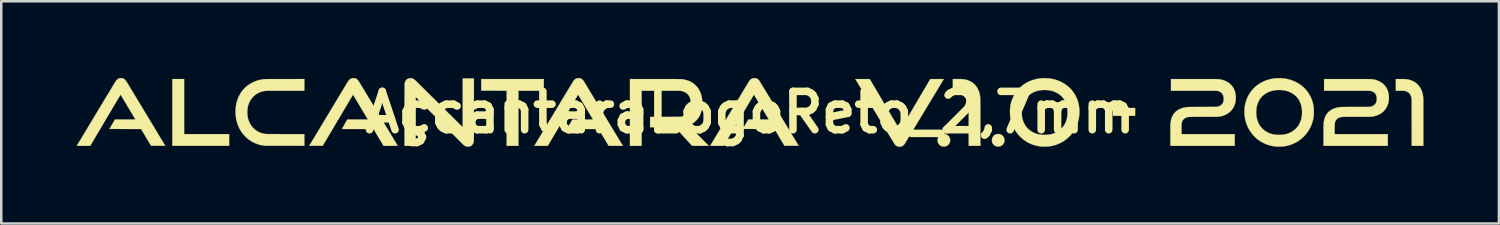
<source format=kicad_pcb>
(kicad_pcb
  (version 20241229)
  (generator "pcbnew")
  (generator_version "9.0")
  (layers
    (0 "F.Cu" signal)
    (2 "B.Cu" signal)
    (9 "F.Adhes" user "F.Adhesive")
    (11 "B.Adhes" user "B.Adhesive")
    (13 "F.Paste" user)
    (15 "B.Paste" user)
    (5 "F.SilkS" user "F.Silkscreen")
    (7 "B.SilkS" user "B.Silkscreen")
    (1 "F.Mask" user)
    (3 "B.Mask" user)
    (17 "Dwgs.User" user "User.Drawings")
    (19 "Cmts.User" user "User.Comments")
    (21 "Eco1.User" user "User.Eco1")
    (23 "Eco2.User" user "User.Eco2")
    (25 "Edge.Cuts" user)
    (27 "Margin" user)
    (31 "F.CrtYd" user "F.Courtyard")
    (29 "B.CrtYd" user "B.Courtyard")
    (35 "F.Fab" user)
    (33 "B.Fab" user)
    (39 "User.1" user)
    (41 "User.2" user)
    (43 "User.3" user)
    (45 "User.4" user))
  (footprint "AçcantaraLogoReto_2,7mm"
    (layer "F.Cu")
    (at 26.772 1.418)
    (property "Reference" "AçcantaraLogoReto_2,7mm" (at 0 0 0) (layer "F.SilkS") (effects (font (size 1.524 1.524) (thickness 0.3))))
    (attr through_hole)
    (fp_poly (pts (xy -22.502 0.864) (xy -20.713 0.864) (xy -20.713 1.328) (xy -22.969 1.328) (xy -22.969 -1.325) (xy -22.502 -1.325) (xy -22.502 0.864)) (stroke (width 0.01) (type solid)) (fill yes) (layer "F.SilkS"))
    (fp_poly (pts (xy -8.202 -0.861) (xy -9.211 -0.861) (xy -9.211 1.328) (xy -9.677 1.328) (xy -9.677 -0.861) (xy -10.183 -0.862) (xy -10.688 -0.862) (xy -10.688 -1.094) (xy -10.689 -1.325) (xy -8.202 -1.325) (xy -8.202 -0.861)) (stroke (width 0.01) (type solid)) (fill yes) (layer "F.SilkS"))
    (fp_poly (pts (xy 15.309 -0.02) (xy 15.308 0.135) (xy 14.87 0.136) (xy 14.826 0.136) (xy 14.782 0.136) (xy 14.74 0.136) (xy 14.7 0.136) (xy 14.662 0.136) (xy 14.626 0.136) (xy 14.592 0.136) (xy 14.561 0.136) (xy 14.532 0.136) (xy 14.507 0.135) (xy 14.485 0.135) (xy 14.466 0.135) (xy 14.451 0.135) (xy 14.44 0.135) (xy 14.433 0.135) (xy 14.431 0.135) (xy 14.431 0.132) (xy 14.431 0.125) (xy 14.43 0.115) (xy 14.43 0.101) (xy 14.43 0.084) (xy 14.43 0.064) (xy 14.43 0.042) (xy 14.43 0.017) (xy 14.43 -0.008) (xy 14.43 -0.021) (xy 14.43 -0.175) (xy 15.309 -0.175) (xy 15.309 -0.02)) (stroke (width 0.01) (type solid)) (fill yes) (layer "F.SilkS"))
    (fp_poly (pts (xy 9.898 0.863) (xy 9.929 0.868) (xy 9.957 0.877) (xy 9.96 0.878) (xy 9.987 0.891) (xy 10.013 0.908) (xy 10.037 0.927) (xy 10.058 0.95) (xy 10.076 0.974) (xy 10.091 0.998) (xy 10.103 1.028) (xy 10.111 1.06) (xy 10.115 1.092) (xy 10.115 1.125) (xy 10.111 1.157) (xy 10.103 1.188) (xy 10.092 1.217) (xy 10.08 1.238) (xy 10.068 1.257) (xy 10.053 1.275) (xy 10.044 1.284) (xy 10.018 1.307) (xy 9.991 1.325) (xy 9.961 1.339) (xy 9.93 1.35) (xy 9.897 1.356) (xy 9.861 1.358) (xy 9.86 1.357) (xy 9.847 1.357) (xy 9.833 1.356) (xy 9.822 1.355) (xy 9.816 1.354) (xy 9.784 1.347) (xy 9.754 1.335) (xy 9.727 1.319) (xy 9.701 1.3) (xy 9.678 1.278) (xy 9.659 1.253) (xy 9.642 1.225) (xy 9.63 1.195) (xy 9.622 1.168) (xy 9.618 1.138) (xy 9.617 1.108) (xy 9.619 1.077) (xy 9.623 1.047) (xy 9.631 1.02) (xy 9.634 1.012) (xy 9.648 0.983) (xy 9.665 0.956) (xy 9.686 0.932) (xy 9.71 0.91) (xy 9.737 0.893) (xy 9.765 0.878) (xy 9.778 0.874) (xy 9.806 0.866) (xy 9.836 0.862) (xy 9.867 0.861) (xy 9.898 0.863)) (stroke (width 0.01) (type solid)) (fill yes) (layer "F.SilkS"))
    (fp_poly (pts (xy 7.733 0.862) (xy 7.747 0.864) (xy 7.779 0.871) (xy 7.81 0.882) (xy 7.839 0.898) (xy 7.865 0.916) (xy 7.889 0.938) (xy 7.909 0.963) (xy 7.926 0.99) (xy 7.94 1.019) (xy 7.949 1.051) (xy 7.951 1.06) (xy 7.953 1.075) (xy 7.954 1.093) (xy 7.955 1.112) (xy 7.954 1.131) (xy 7.953 1.148) (xy 7.951 1.158) (xy 7.944 1.188) (xy 7.932 1.217) (xy 7.916 1.245) (xy 7.897 1.27) (xy 7.875 1.293) (xy 7.85 1.313) (xy 7.823 1.33) (xy 7.794 1.342) (xy 7.791 1.343) (xy 7.766 1.35) (xy 7.739 1.355) (xy 7.71 1.357) (xy 7.681 1.357) (xy 7.666 1.356) (xy 7.655 1.354) (xy 7.641 1.351) (xy 7.626 1.347) (xy 7.612 1.342) (xy 7.602 1.338) (xy 7.576 1.325) (xy 7.552 1.309) (xy 7.529 1.289) (xy 7.509 1.266) (xy 7.492 1.242) (xy 7.478 1.217) (xy 7.477 1.213) (xy 7.466 1.182) (xy 7.459 1.149) (xy 7.457 1.115) (xy 7.458 1.082) (xy 7.463 1.049) (xy 7.473 1.017) (xy 7.482 0.994) (xy 7.499 0.966) (xy 7.519 0.941) (xy 7.542 0.918) (xy 7.567 0.899) (xy 7.596 0.883) (xy 7.625 0.871) (xy 7.635 0.868) (xy 7.647 0.866) (xy 7.663 0.864) (xy 7.681 0.862) (xy 7.699 0.862) (xy 7.717 0.861) (xy 7.733 0.862)) (stroke (width 0.01) (type solid)) (fill yes) (layer "F.SilkS"))
    (fp_poly (pts (xy 25.84 -1.325) (xy 25.877 -1.325) (xy 25.909 -1.325) (xy 25.937 -1.325) (xy 25.962 -1.325) (xy 25.984 -1.324) (xy 26.003 -1.324) (xy 26.02 -1.323) (xy 26.036 -1.322) (xy 26.051 -1.321) (xy 26.064 -1.32) (xy 26.077 -1.319) (xy 26.091 -1.317) (xy 26.104 -1.315) (xy 26.106 -1.315) (xy 26.169 -1.304) (xy 26.228 -1.289) (xy 26.284 -1.271) (xy 26.338 -1.25) (xy 26.388 -1.225) (xy 26.436 -1.197) (xy 26.48 -1.165) (xy 26.522 -1.129) (xy 26.561 -1.09) (xy 26.597 -1.047) (xy 26.604 -1.038) (xy 26.633 -0.996) (xy 26.659 -0.953) (xy 26.682 -0.907) (xy 26.703 -0.859) (xy 26.72 -0.808) (xy 26.736 -0.754) (xy 26.748 -0.697) (xy 26.758 -0.636) (xy 26.764 -0.595) (xy 26.764 -0.592) (xy 26.765 -0.588) (xy 26.765 -0.584) (xy 26.765 -0.58) (xy 26.765 -0.575) (xy 26.766 -0.569) (xy 26.766 -0.562) (xy 26.766 -0.554) (xy 26.766 -0.544) (xy 26.767 -0.533) (xy 26.767 -0.521) (xy 26.767 -0.507) (xy 26.767 -0.491) (xy 26.767 -0.473) (xy 26.767 -0.454) (xy 26.767 -0.432) (xy 26.768 -0.407) (xy 26.768 -0.38) (xy 26.768 -0.351) (xy 26.768 -0.318) (xy 26.768 -0.283) (xy 26.768 -0.245) (xy 26.768 -0.204) (xy 26.768 -0.159) (xy 26.768 -0.111) (xy 26.768 -0.059) (xy 26.768 -0.004) (xy 26.768 0.056) (xy 26.768 0.119) (xy 26.769 0.186) (xy 26.769 0.258) (xy 26.769 0.334) (xy 26.769 0.384) (xy 26.769 1.328) (xy 26.308 1.328) (xy 26.307 0.401) (xy 26.306 -0.525) (xy 26.301 -0.555) (xy 26.297 -0.578) (xy 26.291 -0.601) (xy 26.286 -0.623) (xy 26.279 -0.643) (xy 26.275 -0.655) (xy 26.258 -0.691) (xy 26.239 -0.724) (xy 26.216 -0.753) (xy 26.19 -0.779) (xy 26.161 -0.802) (xy 26.129 -0.821) (xy 26.095 -0.836) (xy 26.057 -0.847) (xy 26.037 -0.852) (xy 26.027 -0.854) (xy 26.017 -0.855) (xy 26.007 -0.857) (xy 25.997 -0.858) (xy 25.985 -0.859) (xy 25.973 -0.859) (xy 25.958 -0.86) (xy 25.941 -0.861) (xy 25.922 -0.861) (xy 25.899 -0.861) (xy 25.873 -0.861) (xy 25.843 -0.861) (xy 25.821 -0.861) (xy 25.677 -0.861) (xy 25.677 -1.325) (xy 25.84 -1.325)) (stroke (width 0.01) (type solid)) (fill yes) (layer "F.SilkS"))
    (fp_poly (pts (xy 8.227 -1.325) (xy 8.262 -1.325) (xy 8.294 -1.325) (xy 8.322 -1.325) (xy 8.346 -1.325) (xy 8.368 -1.325) (xy 8.387 -1.324) (xy 8.404 -1.323) (xy 8.42 -1.323) (xy 8.434 -1.322) (xy 8.448 -1.32) (xy 8.461 -1.319) (xy 8.475 -1.317) (xy 8.489 -1.316) (xy 8.493 -1.315) (xy 8.554 -1.304) (xy 8.613 -1.29) (xy 8.67 -1.272) (xy 8.723 -1.25) (xy 8.774 -1.225) (xy 8.822 -1.196) (xy 8.867 -1.164) (xy 8.909 -1.129) (xy 8.948 -1.09) (xy 8.984 -1.047) (xy 9.016 -1.001) (xy 9.046 -0.952) (xy 9.065 -0.914) (xy 9.088 -0.861) (xy 9.108 -0.805) (xy 9.124 -0.746) (xy 9.137 -0.684) (xy 9.147 -0.618) (xy 9.153 -0.554) (xy 9.153 -0.548) (xy 9.154 -0.538) (xy 9.154 -0.523) (xy 9.154 -0.503) (xy 9.154 -0.479) (xy 9.154 -0.45) (xy 9.155 -0.417) (xy 9.155 -0.379) (xy 9.155 -0.336) (xy 9.155 -0.289) (xy 9.155 -0.238) (xy 9.155 -0.181) (xy 9.155 -0.121) (xy 9.155 -0.055) (xy 9.155 0.015) (xy 9.155 0.089) (xy 9.156 0.168) (xy 9.156 0.252) (xy 9.156 0.34) (xy 9.156 0.404) (xy 9.156 1.328) (xy 8.694 1.328) (xy 8.694 0.419) (xy 8.694 0.329) (xy 8.694 0.244) (xy 8.694 0.163) (xy 8.694 0.088) (xy 8.694 0.016) (xy 8.694 -0.05) (xy 8.693 -0.113) (xy 8.693 -0.17) (xy 8.693 -0.224) (xy 8.693 -0.272) (xy 8.693 -0.317) (xy 8.693 -0.357) (xy 8.693 -0.392) (xy 8.693 -0.423) (xy 8.692 -0.45) (xy 8.692 -0.472) (xy 8.692 -0.49) (xy 8.692 -0.503) (xy 8.692 -0.512) (xy 8.691 -0.517) (xy 8.685 -0.564) (xy 8.676 -0.607) (xy 8.664 -0.647) (xy 8.649 -0.683) (xy 8.63 -0.717) (xy 8.608 -0.747) (xy 8.584 -0.773) (xy 8.556 -0.796) (xy 8.525 -0.816) (xy 8.492 -0.832) (xy 8.455 -0.844) (xy 8.424 -0.852) (xy 8.413 -0.854) (xy 8.402 -0.856) (xy 8.395 -0.857) (xy 8.391 -0.858) (xy 8.388 -0.858) (xy 8.38 -0.859) (xy 8.368 -0.859) (xy 8.353 -0.859) (xy 8.335 -0.86) (xy 8.314 -0.86) (xy 8.291 -0.86) (xy 8.266 -0.861) (xy 8.24 -0.861) (xy 8.224 -0.861) (xy 8.065 -0.862) (xy 8.064 -1.094) (xy 8.063 -1.325) (xy 8.227 -1.325)) (stroke (width 0.01) (type solid)) (fill yes) (layer "F.SilkS"))
    (fp_poly (pts (xy -13.461 -1.356) (xy -13.429 -1.349) (xy -13.399 -1.337) (xy -13.368 -1.32) (xy -13.339 -1.299) (xy -13.333 -1.294) (xy -13.33 -1.291) (xy -13.324 -1.285) (xy -13.314 -1.276) (xy -13.302 -1.264) (xy -13.287 -1.249) (xy -13.269 -1.232) (xy -13.249 -1.212) (xy -13.225 -1.189) (xy -13.2 -1.163) (xy -13.171 -1.136) (xy -13.141 -1.106) (xy -13.108 -1.073) (xy -13.073 -1.039) (xy -13.036 -1.002) (xy -12.997 -0.964) (xy -12.956 -0.924) (xy -12.914 -0.882) (xy -12.87 -0.838) (xy -12.824 -0.793) (xy -12.776 -0.746) (xy -12.728 -0.698) (xy -12.678 -0.648) (xy -12.626 -0.598) (xy -12.574 -0.546) (xy -12.521 -0.493) (xy -12.467 -0.44) (xy -12.411 -0.385) (xy -12.367 -0.342) (xy -11.424 0.592) (xy -11.424 -0.378) (xy -11.423 -1.349) (xy -10.98 -1.349) (xy -10.98 -0.104) (xy -10.98 -0.014) (xy -10.98 0.072) (xy -10.98 0.154) (xy -10.98 0.232) (xy -10.981 0.305) (xy -10.981 0.374) (xy -10.981 0.44) (xy -10.981 0.501) (xy -10.981 0.559) (xy -10.981 0.614) (xy -10.981 0.665) (xy -10.981 0.712) (xy -10.981 0.757) (xy -10.981 0.798) (xy -10.981 0.836) (xy -10.981 0.871) (xy -10.981 0.904) (xy -10.981 0.934) (xy -10.981 0.962) (xy -10.981 0.987) (xy -10.982 1.009) (xy -10.982 1.03) (xy -10.982 1.049) (xy -10.982 1.065) (xy -10.982 1.08) (xy -10.982 1.093) (xy -10.982 1.105) (xy -10.983 1.115) (xy -10.983 1.123) (xy -10.983 1.131) (xy -10.983 1.137) (xy -10.983 1.142) (xy -10.984 1.147) (xy -10.984 1.15) (xy -10.984 1.153) (xy -10.984 1.156) (xy -10.985 1.158) (xy -10.985 1.16) (xy -10.985 1.16) (xy -10.988 1.172) (xy -10.991 1.186) (xy -10.995 1.199) (xy -10.997 1.206) (xy -11.01 1.236) (xy -11.025 1.264) (xy -11.044 1.289) (xy -11.066 1.31) (xy -11.091 1.328) (xy -11.117 1.343) (xy -11.146 1.353) (xy -11.16 1.357) (xy -11.174 1.359) (xy -11.19 1.36) (xy -11.207 1.361) (xy -11.224 1.361) (xy -11.238 1.36) (xy -11.241 1.36) (xy -11.276 1.353) (xy -11.309 1.342) (xy -11.341 1.326) (xy -11.372 1.306) (xy -11.387 1.295) (xy -11.39 1.292) (xy -11.396 1.287) (xy -11.405 1.278) (xy -11.417 1.266) (xy -11.432 1.251) (xy -11.449 1.234) (xy -11.47 1.214) (xy -11.492 1.191) (xy -11.518 1.166) (xy -11.546 1.138) (xy -11.576 1.108) (xy -11.608 1.076) (xy -11.643 1.041) (xy -11.679 1.004) (xy -11.718 0.966) (xy -11.758 0.926) (xy -11.801 0.883) (xy -11.845 0.839) (xy -11.89 0.794) (xy -11.937 0.747) (xy -11.985 0.699) (xy -12.035 0.649) (xy -12.086 0.598) (xy -12.138 0.546) (xy -12.191 0.493) (xy -12.245 0.439) (xy -12.3 0.384) (xy -12.349 0.334) (xy -13.292 -0.612) (xy -13.293 1.328) (xy -13.737 1.328) (xy -13.736 0.096) (xy -13.736 0.006) (xy -13.736 -0.08) (xy -13.736 -0.162) (xy -13.736 -0.239) (xy -13.736 -0.312) (xy -13.736 -0.381) (xy -13.736 -0.446) (xy -13.736 -0.508) (xy -13.736 -0.565) (xy -13.736 -0.619) (xy -13.735 -0.67) (xy -13.735 -0.717) (xy -13.735 -0.761) (xy -13.735 -0.802) (xy -13.735 -0.84) (xy -13.735 -0.876) (xy -13.735 -0.908) (xy -13.735 -0.938) (xy -13.735 -0.965) (xy -13.735 -0.989) (xy -13.735 -1.012) (xy -13.734 -1.032) (xy -13.734 -1.05) (xy -13.734 -1.067) (xy -13.734 -1.081) (xy -13.734 -1.094) (xy -13.734 -1.105) (xy -13.734 -1.115) (xy -13.733 -1.123) (xy -13.733 -1.13) (xy -13.733 -1.136) (xy -13.733 -1.14) (xy -13.733 -1.144) (xy -13.732 -1.148) (xy -13.732 -1.15) (xy -13.732 -1.152) (xy -13.732 -1.153) (xy -13.723 -1.186) (xy -13.714 -1.215) (xy -13.702 -1.241) (xy -13.688 -1.264) (xy -13.671 -1.285) (xy -13.666 -1.291) (xy -13.645 -1.311) (xy -13.622 -1.328) (xy -13.596 -1.34) (xy -13.569 -1.35) (xy -13.538 -1.356) (xy -13.526 -1.358) (xy -13.493 -1.359) (xy -13.461 -1.356)) (stroke (width 0.01) (type solid)) (fill yes) (layer "F.SilkS"))
    (fp_poly (pts (xy -3.767 -1.325) (xy -3.685 -1.325) (xy -3.607 -1.325) (xy -3.534 -1.325) (xy -3.465 -1.325) (xy -3.4 -1.325) (xy -3.339 -1.325) (xy -3.282 -1.325) (xy -3.228 -1.324) (xy -3.178 -1.324) (xy -3.132 -1.324) (xy -3.088 -1.324) (xy -3.048 -1.324) (xy -3.011 -1.324) (xy -2.977 -1.324) (xy -2.945 -1.324) (xy -2.916 -1.324) (xy -2.889 -1.323) (xy -2.865 -1.323) (xy -2.843 -1.323) (xy -2.823 -1.323) (xy -2.805 -1.323) (xy -2.789 -1.322) (xy -2.774 -1.322) (xy -2.761 -1.321) (xy -2.75 -1.321) (xy -2.739 -1.321) (xy -2.73 -1.32) (xy -2.721 -1.32) (xy -2.714 -1.319) (xy -2.707 -1.318) (xy -2.701 -1.318) (xy -2.695 -1.317) (xy -2.689 -1.316) (xy -2.684 -1.315) (xy -2.679 -1.314) (xy -2.673 -1.313) (xy -2.668 -1.312) (xy -2.661 -1.311) (xy -2.655 -1.31) (xy -2.649 -1.309) (xy -2.583 -1.296) (xy -2.52 -1.279) (xy -2.459 -1.259) (xy -2.401 -1.235) (xy -2.346 -1.208) (xy -2.293 -1.177) (xy -2.243 -1.142) (xy -2.197 -1.104) (xy -2.153 -1.063) (xy -2.112 -1.019) (xy -2.075 -0.971) (xy -2.041 -0.92) (xy -2.028 -0.898) (xy -1.999 -0.843) (xy -1.973 -0.784) (xy -1.951 -0.723) (xy -1.933 -0.66) (xy -1.919 -0.594) (xy -1.908 -0.525) (xy -1.902 -0.454) (xy -1.899 -0.381) (xy -1.899 -0.329) (xy -1.902 -0.259) (xy -1.908 -0.192) (xy -1.918 -0.129) (xy -1.93 -0.068) (xy -1.946 -0.01) (xy -1.966 0.046) (xy -1.989 0.1) (xy -2.015 0.152) (xy -2.045 0.202) (xy -2.079 0.25) (xy -2.089 0.263) (xy -2.099 0.276) (xy -2.112 0.29) (xy -2.127 0.306) (xy -2.143 0.323) (xy -2.16 0.34) (xy -2.177 0.356) (xy -2.193 0.371) (xy -2.207 0.384) (xy -2.219 0.394) (xy -2.263 0.426) (xy -2.308 0.455) (xy -2.354 0.48) (xy -2.402 0.503) (xy -2.408 0.506) (xy -2.42 0.511) (xy -2.43 0.516) (xy -2.437 0.519) (xy -2.442 0.522) (xy -2.443 0.523) (xy -2.442 0.524) (xy -2.44 0.526) (xy -2.437 0.53) (xy -2.432 0.535) (xy -2.426 0.541) (xy -2.418 0.549) (xy -2.408 0.559) (xy -2.397 0.571) (xy -2.383 0.584) (xy -2.368 0.6) (xy -2.351 0.617) (xy -2.332 0.637) (xy -2.31 0.659) (xy -2.287 0.682) (xy -2.261 0.709) (xy -2.232 0.737) (xy -2.201 0.768) (xy -2.168 0.802) (xy -2.132 0.838) (xy -2.093 0.877) (xy -2.052 0.919) (xy -2.008 0.964) (xy -1.96 1.011) (xy -1.91 1.062) (xy -1.857 1.115) (xy -1.8 1.172) (xy -1.776 1.197) (xy -1.646 1.328) (xy -2.306 1.328) (xy -2.979 0.591) (xy -3.974 0.591) (xy -3.974 0.18) (xy -3.379 0.18) (xy -2.784 0.179) (xy -2.752 0.174) (xy -2.703 0.164) (xy -2.658 0.151) (xy -2.616 0.136) (xy -2.578 0.117) (xy -2.543 0.095) (xy -2.511 0.07) (xy -2.482 0.042) (xy -2.456 0.01) (xy -2.433 -0.025) (xy -2.414 -0.06) (xy -2.399 -0.094) (xy -2.387 -0.13) (xy -2.376 -0.168) (xy -2.368 -0.208) (xy -2.362 -0.251) (xy -2.36 -0.277) (xy -2.359 -0.292) (xy -2.358 -0.31) (xy -2.358 -0.33) (xy -2.358 -0.352) (xy -2.358 -0.375) (xy -2.359 -0.397) (xy -2.36 -0.418) (xy -2.361 -0.437) (xy -2.362 -0.452) (xy -2.363 -0.459) (xy -2.372 -0.507) (xy -2.383 -0.551) (xy -2.396 -0.592) (xy -2.413 -0.63) (xy -2.432 -0.664) (xy -2.437 -0.672) (xy -2.462 -0.705) (xy -2.49 -0.735) (xy -2.521 -0.762) (xy -2.556 -0.786) (xy -2.593 -0.806) (xy -2.634 -0.824) (xy -2.678 -0.838) (xy -2.725 -0.849) (xy -2.775 -0.857) (xy -2.8 -0.859) (xy -2.805 -0.859) (xy -2.815 -0.859) (xy -2.83 -0.86) (xy -2.849 -0.86) (xy -2.873 -0.86) (xy -2.901 -0.86) (xy -2.934 -0.86) (xy -2.971 -0.861) (xy -3.013 -0.861) (xy -3.059 -0.861) (xy -3.109 -0.861) (xy -3.164 -0.861) (xy -3.223 -0.861) (xy -3.286 -0.861) (xy -3.353 -0.861) (xy -3.425 -0.861) (xy -3.501 -0.861) (xy -3.571 -0.861) (xy -4.313 -0.861) (xy -4.313 1.328) (xy -4.775 1.328) (xy -4.775 -1.325) (xy -3.767 -1.325)) (stroke (width 0.01) (type solid)) (fill yes) (layer "F.SilkS"))
    (fp_poly (pts (xy 7.68 -1.288) (xy 7.66 -1.254) (xy 7.637 -1.217) (xy 7.614 -1.177) (xy 7.588 -1.135) (xy 7.562 -1.091) (xy 7.534 -1.045) (xy 7.505 -0.997) (xy 7.475 -0.947) (xy 7.443 -0.895) (xy 7.411 -0.841) (xy 7.378 -0.786) (xy 7.344 -0.73) (xy 7.309 -0.672) (xy 7.273 -0.613) (xy 7.237 -0.554) (xy 7.201 -0.493) (xy 7.164 -0.431) (xy 7.126 -0.369) (xy 7.088 -0.307) (xy 7.05 -0.244) (xy 7.012 -0.18) (xy 6.974 -0.117) (xy 6.935 -0.053) (xy 6.897 0.01) (xy 6.859 0.073) (xy 6.821 0.136) (xy 6.784 0.198) (xy 6.746 0.26) (xy 6.71 0.32) (xy 6.673 0.38) (xy 6.638 0.439) (xy 6.603 0.497) (xy 6.568 0.554) (xy 6.535 0.609) (xy 6.502 0.663) (xy 6.471 0.716) (xy 6.44 0.766) (xy 6.411 0.815) (xy 6.383 0.861) (xy 6.356 0.906) (xy 6.33 0.948) (xy 6.306 0.988) (xy 6.283 1.026) (xy 6.262 1.06) (xy 6.243 1.092) (xy 6.225 1.122) (xy 6.209 1.148) (xy 6.195 1.171) (xy 6.183 1.191) (xy 6.173 1.208) (xy 6.165 1.221) (xy 6.16 1.23) (xy 6.156 1.236) (xy 6.155 1.238) (xy 6.132 1.269) (xy 6.108 1.296) (xy 6.083 1.318) (xy 6.056 1.336) (xy 6.028 1.35) (xy 5.998 1.359) (xy 5.993 1.36) (xy 5.98 1.362) (xy 5.963 1.364) (xy 5.946 1.364) (xy 5.928 1.364) (xy 5.912 1.363) (xy 5.904 1.362) (xy 5.891 1.359) (xy 5.876 1.355) (xy 5.86 1.35) (xy 5.847 1.345) (xy 5.831 1.336) (xy 5.813 1.324) (xy 5.794 1.309) (xy 5.776 1.292) (xy 5.759 1.274) (xy 5.744 1.255) (xy 5.741 1.25) (xy 5.739 1.247) (xy 5.735 1.24) (xy 5.728 1.229) (xy 5.719 1.215) (xy 5.708 1.197) (xy 5.696 1.176) (xy 5.681 1.151) (xy 5.664 1.123) (xy 5.645 1.093) (xy 5.625 1.059) (xy 5.602 1.022) (xy 5.578 0.982) (xy 5.553 0.94) (xy 5.526 0.895) (xy 5.497 0.848) (xy 5.467 0.798) (xy 5.436 0.746) (xy 5.403 0.692) (xy 5.369 0.636) (xy 5.334 0.578) (xy 5.298 0.518) (xy 5.261 0.456) (xy 5.223 0.393) (xy 5.184 0.328) (xy 5.144 0.262) (xy 5.103 0.195) (xy 5.062 0.126) (xy 5.02 0.056) (xy 4.978 -0.014) (xy 4.958 -0.047) (xy 4.189 -1.324) (xy 4.472 -1.325) (xy 4.516 -1.325) (xy 4.555 -1.325) (xy 4.59 -1.325) (xy 4.621 -1.325) (xy 4.648 -1.325) (xy 4.672 -1.325) (xy 4.692 -1.325) (xy 4.71 -1.325) (xy 4.724 -1.324) (xy 4.735 -1.324) (xy 4.744 -1.324) (xy 4.751 -1.324) (xy 4.755 -1.323) (xy 4.757 -1.323) (xy 4.758 -1.323) (xy 4.759 -1.32) (xy 4.763 -1.314) (xy 4.769 -1.305) (xy 4.777 -1.291) (xy 4.787 -1.274) (xy 4.799 -1.254) (xy 4.813 -1.231) (xy 4.829 -1.204) (xy 4.846 -1.174) (xy 4.865 -1.142) (xy 4.886 -1.106) (xy 4.909 -1.068) (xy 4.933 -1.027) (xy 4.959 -0.984) (xy 4.985 -0.939) (xy 5.014 -0.891) (xy 5.043 -0.842) (xy 5.074 -0.79) (xy 5.105 -0.736) (xy 5.138 -0.681) (xy 5.171 -0.624) (xy 5.206 -0.566) (xy 5.241 -0.506) (xy 5.277 -0.445) (xy 5.314 -0.383) (xy 5.351 -0.32) (xy 5.362 -0.302) (xy 5.406 -0.228) (xy 5.448 -0.155) (xy 5.49 -0.086) (xy 5.53 -0.018) (xy 5.568 0.047) (xy 5.605 0.109) (xy 5.64 0.169) (xy 5.674 0.226) (xy 5.706 0.28) (xy 5.737 0.332) (xy 5.766 0.38) (xy 5.793 0.426) (xy 5.818 0.468) (xy 5.841 0.508) (xy 5.863 0.544) (xy 5.882 0.577) (xy 5.9 0.606) (xy 5.916 0.632) (xy 5.929 0.655) (xy 5.941 0.674) (xy 5.95 0.69) (xy 5.957 0.701) (xy 5.962 0.709) (xy 5.965 0.713) (xy 5.965 0.714) (xy 5.966 0.712) (xy 5.97 0.706) (xy 5.976 0.696) (xy 5.984 0.683) (xy 5.994 0.666) (xy 6.006 0.646) (xy 6.019 0.622) (xy 6.035 0.595) (xy 6.053 0.566) (xy 6.072 0.533) (xy 6.093 0.498) (xy 6.115 0.46) (xy 6.139 0.419) (xy 6.165 0.376) (xy 6.192 0.33) (xy 6.22 0.283) (xy 6.249 0.233) (xy 6.279 0.181) (xy 6.311 0.128) (xy 6.344 0.073) (xy 6.377 0.016) (xy 6.411 -0.043) (xy 6.447 -0.102) (xy 6.483 -0.163) (xy 6.519 -0.226) (xy 6.557 -0.289) (xy 6.567 -0.306) (xy 7.166 -1.324) (xy 7.703 -1.325) (xy 7.68 -1.288)) (stroke (width 0.01) (type solid)) (fill yes) (layer "F.SilkS"))
    (fp_poly (pts (xy -24.977 -1.36) (xy -24.947 -1.355) (xy -24.92 -1.346) (xy -24.894 -1.332) (xy -24.889 -1.329) (xy -24.877 -1.321) (xy -24.864 -1.309) (xy -24.85 -1.295) (xy -24.836 -1.28) (xy -24.823 -1.265) (xy -24.811 -1.25) (xy -24.804 -1.24) (xy -24.801 -1.236) (xy -24.797 -1.229) (xy -24.79 -1.218) (xy -24.781 -1.203) (xy -24.77 -1.184) (xy -24.756 -1.162) (xy -24.74 -1.136) (xy -24.723 -1.107) (xy -24.703 -1.074) (xy -24.681 -1.038) (xy -24.657 -0.998) (xy -24.631 -0.956) (xy -24.604 -0.91) (xy -24.574 -0.862) (xy -24.543 -0.81) (xy -24.51 -0.755) (xy -24.475 -0.698) (xy -24.439 -0.638) (xy -24.401 -0.575) (xy -24.361 -0.509) (xy -24.32 -0.441) (xy -24.277 -0.37) (xy -24.233 -0.297) (xy -24.187 -0.221) (xy -24.14 -0.143) (xy -24.092 -0.063) (xy -24.042 0.019) (xy -23.991 0.103) (xy -23.939 0.19) (xy -23.886 0.278) (xy -23.832 0.368) (xy -23.776 0.46) (xy -23.719 0.554) (xy -23.662 0.65) (xy -23.603 0.747) (xy -23.544 0.845) (xy -23.483 0.945) (xy -23.422 1.047) (xy -23.36 1.15) (xy -23.326 1.206) (xy -23.253 1.328) (xy -23.534 1.327) (xy -23.815 1.327) (xy -24.013 0.994) (xy -24.212 0.661) (xy -25.471 0.659) (xy -25.362 0.472) (xy -25.253 0.285) (xy -24.845 0.285) (xy -24.802 0.285) (xy -24.76 0.284) (xy -24.72 0.284) (xy -24.681 0.284) (xy -24.645 0.284) (xy -24.61 0.284) (xy -24.578 0.284) (xy -24.549 0.284) (xy -24.523 0.283) (xy -24.499 0.283) (xy -24.479 0.283) (xy -24.463 0.283) (xy -24.451 0.283) (xy -24.442 0.282) (xy -24.438 0.282) (xy -24.437 0.282) (xy -24.439 0.28) (xy -24.442 0.274) (xy -24.448 0.264) (xy -24.456 0.251) (xy -24.465 0.235) (xy -24.477 0.216) (xy -24.489 0.194) (xy -24.504 0.17) (xy -24.52 0.144) (xy -24.537 0.115) (xy -24.555 0.085) (xy -24.574 0.052) (xy -24.594 0.019) (xy -24.615 -0.016) (xy -24.637 -0.052) (xy -24.659 -0.089) (xy -24.681 -0.127) (xy -24.704 -0.165) (xy -24.727 -0.203) (xy -24.75 -0.241) (xy -24.772 -0.28) (xy -24.795 -0.317) (xy -24.817 -0.355) (xy -24.839 -0.391) (xy -24.86 -0.427) (xy -24.881 -0.461) (xy -24.901 -0.494) (xy -24.919 -0.525) (xy -24.937 -0.555) (xy -24.953 -0.582) (xy -24.969 -0.608) (xy -24.982 -0.63) (xy -24.995 -0.651) (xy -25.005 -0.668) (xy -25.014 -0.683) (xy -25.021 -0.694) (xy -25.025 -0.702) (xy -25.028 -0.706) (xy -25.028 -0.706) (xy -25.029 -0.704) (xy -25.033 -0.699) (xy -25.039 -0.689) (xy -25.047 -0.676) (xy -25.057 -0.659) (xy -25.069 -0.639) (xy -25.082 -0.616) (xy -25.098 -0.589) (xy -25.116 -0.56) (xy -25.135 -0.527) (xy -25.156 -0.492) (xy -25.178 -0.454) (xy -25.203 -0.414) (xy -25.228 -0.371) (xy -25.255 -0.326) (xy -25.283 -0.278) (xy -25.312 -0.229) (xy -25.343 -0.177) (xy -25.375 -0.124) (xy -25.407 -0.069) (xy -25.441 -0.012) (xy -25.476 0.046) (xy -25.511 0.106) (xy -25.547 0.167) (xy -25.584 0.229) (xy -25.621 0.292) (xy -25.632 0.311) (xy -26.235 1.328) (xy -26.501 1.328) (xy -26.767 1.328) (xy -26.763 1.32) (xy -26.761 1.318) (xy -26.758 1.312) (xy -26.752 1.302) (xy -26.743 1.288) (xy -26.733 1.271) (xy -26.721 1.25) (xy -26.706 1.226) (xy -26.69 1.199) (xy -26.672 1.169) (xy -26.652 1.136) (xy -26.63 1.1) (xy -26.606 1.061) (xy -26.581 1.019) (xy -26.555 0.975) (xy -26.527 0.928) (xy -26.497 0.879) (xy -26.466 0.827) (xy -26.434 0.774) (xy -26.4 0.718) (xy -26.366 0.661) (xy -26.33 0.601) (xy -26.293 0.54) (xy -26.255 0.477) (xy -26.216 0.413) (xy -26.177 0.347) (xy -26.136 0.28) (xy -26.095 0.212) (xy -26.053 0.142) (xy -26.011 0.072) (xy -25.99 0.037) (xy -25.947 -0.034) (xy -25.905 -0.104) (xy -25.864 -0.173) (xy -25.823 -0.241) (xy -25.782 -0.308) (xy -25.743 -0.373) (xy -25.705 -0.437) (xy -25.667 -0.499) (xy -25.631 -0.56) (xy -25.595 -0.619) (xy -25.561 -0.675) (xy -25.528 -0.73) (xy -25.496 -0.783) (xy -25.465 -0.834) (xy -25.436 -0.882) (xy -25.408 -0.928) (xy -25.382 -0.971) (xy -25.357 -1.012) (xy -25.334 -1.05) (xy -25.313 -1.085) (xy -25.294 -1.117) (xy -25.276 -1.146) (xy -25.26 -1.172) (xy -25.247 -1.195) (xy -25.235 -1.214) (xy -25.225 -1.23) (xy -25.218 -1.242) (xy -25.212 -1.251) (xy -25.209 -1.255) (xy -25.209 -1.256) (xy -25.195 -1.273) (xy -25.179 -1.29) (xy -25.161 -1.306) (xy -25.145 -1.32) (xy -25.136 -1.326) (xy -25.111 -1.341) (xy -25.084 -1.352) (xy -25.056 -1.359) (xy -25.025 -1.362) (xy -25.01 -1.362) (xy -24.977 -1.36)) (stroke (width 0.01) (type solid)) (fill yes) (layer "F.SilkS"))
    (fp_poly (pts (xy -17.722 -0.861) (xy -18.463 -0.861) (xy -18.545 -0.861) (xy -18.623 -0.861) (xy -18.695 -0.861) (xy -18.764 -0.861) (xy -18.827 -0.861) (xy -18.886 -0.861) (xy -18.941 -0.861) (xy -18.991 -0.861) (xy -19.036 -0.861) (xy -19.076 -0.861) (xy -19.112 -0.86) (xy -19.144 -0.86) (xy -19.171 -0.86) (xy -19.193 -0.86) (xy -19.211 -0.86) (xy -19.224 -0.859) (xy -19.232 -0.859) (xy -19.235 -0.859) (xy -19.296 -0.852) (xy -19.354 -0.842) (xy -19.41 -0.828) (xy -19.465 -0.809) (xy -19.519 -0.787) (xy -19.542 -0.776) (xy -19.595 -0.748) (xy -19.645 -0.716) (xy -19.692 -0.68) (xy -19.736 -0.641) (xy -19.777 -0.599) (xy -19.815 -0.554) (xy -19.849 -0.505) (xy -19.88 -0.454) (xy -19.908 -0.4) (xy -19.932 -0.343) (xy -19.944 -0.309) (xy -19.959 -0.259) (xy -19.971 -0.208) (xy -19.98 -0.157) (xy -19.986 -0.103) (xy -19.989 -0.047) (xy -19.99 -0.005) (xy -19.989 0.054) (xy -19.984 0.111) (xy -19.977 0.165) (xy -19.967 0.217) (xy -19.954 0.269) (xy -19.937 0.32) (xy -19.926 0.349) (xy -19.901 0.405) (xy -19.874 0.459) (xy -19.843 0.509) (xy -19.81 0.556) (xy -19.773 0.6) (xy -19.736 0.638) (xy -19.692 0.678) (xy -19.644 0.715) (xy -19.595 0.747) (xy -19.542 0.776) (xy -19.488 0.801) (xy -19.432 0.822) (xy -19.374 0.839) (xy -19.314 0.851) (xy -19.253 0.859) (xy -19.232 0.861) (xy -19.227 0.861) (xy -19.216 0.862) (xy -19.202 0.862) (xy -19.182 0.862) (xy -19.159 0.862) (xy -19.13 0.863) (xy -19.098 0.863) (xy -19.061 0.863) (xy -19.02 0.863) (xy -18.974 0.863) (xy -18.924 0.863) (xy -18.87 0.863) (xy -18.812 0.863) (xy -18.75 0.863) (xy -18.684 0.864) (xy -18.613 0.864) (xy -18.539 0.864) (xy -18.462 0.864) (xy -17.722 0.864) (xy -17.722 1.328) (xy -18.484 1.327) (xy -18.543 1.327) (xy -18.601 1.327) (xy -18.657 1.327) (xy -18.712 1.327) (xy -18.766 1.327) (xy -18.818 1.327) (xy -18.867 1.327) (xy -18.915 1.327) (xy -18.96 1.327) (xy -19.002 1.327) (xy -19.042 1.327) (xy -19.079 1.327) (xy -19.113 1.327) (xy -19.143 1.327) (xy -19.171 1.327) (xy -19.194 1.327) (xy -19.214 1.326) (xy -19.23 1.326) (xy -19.242 1.326) (xy -19.25 1.326) (xy -19.253 1.326) (xy -19.253 1.326) (xy -19.259 1.326) (xy -19.267 1.325) (xy -19.278 1.324) (xy -19.29 1.323) (xy -19.291 1.323) (xy -19.364 1.315) (xy -19.437 1.302) (xy -19.508 1.285) (xy -19.578 1.263) (xy -19.647 1.238) (xy -19.715 1.208) (xy -19.78 1.175) (xy -19.844 1.138) (xy -19.905 1.097) (xy -19.964 1.053) (xy -20.02 1.006) (xy -20.074 0.955) (xy -20.124 0.901) (xy -20.172 0.844) (xy -20.215 0.784) (xy -20.22 0.777) (xy -20.253 0.726) (xy -20.283 0.676) (xy -20.309 0.626) (xy -20.325 0.593) (xy -20.351 0.533) (xy -20.374 0.472) (xy -20.394 0.412) (xy -20.411 0.35) (xy -20.426 0.287) (xy -20.438 0.221) (xy -20.447 0.152) (xy -20.452 0.107) (xy -20.453 0.096) (xy -20.454 0.081) (xy -20.454 0.062) (xy -20.455 0.041) (xy -20.455 0.018) (xy -20.455 -0.006) (xy -20.455 -0.031) (xy -20.455 -0.056) (xy -20.455 -0.08) (xy -20.454 -0.102) (xy -20.454 -0.123) (xy -20.453 -0.141) (xy -20.453 -0.155) (xy -20.452 -0.163) (xy -20.443 -0.238) (xy -20.432 -0.31) (xy -20.417 -0.379) (xy -20.399 -0.446) (xy -20.378 -0.511) (xy -20.354 -0.575) (xy -20.325 -0.637) (xy -20.317 -0.653) (xy -20.282 -0.719) (xy -20.244 -0.781) (xy -20.203 -0.84) (xy -20.158 -0.896) (xy -20.11 -0.949) (xy -20.059 -0.999) (xy -20.005 -1.045) (xy -19.945 -1.09) (xy -19.882 -1.132) (xy -19.817 -1.169) (xy -19.749 -1.203) (xy -19.68 -1.233) (xy -19.608 -1.259) (xy -19.534 -1.28) (xy -19.459 -1.298) (xy -19.381 -1.311) (xy -19.381 -1.311) (xy -19.374 -1.313) (xy -19.366 -1.314) (xy -19.36 -1.315) (xy -19.353 -1.316) (xy -19.347 -1.316) (xy -19.341 -1.317) (xy -19.335 -1.318) (xy -19.328 -1.319) (xy -19.321 -1.319) (xy -19.313 -1.32) (xy -19.304 -1.32) (xy -19.295 -1.321) (xy -19.284 -1.321) (xy -19.272 -1.322) (xy -19.259 -1.322) (xy -19.244 -1.323) (xy -19.227 -1.323) (xy -19.209 -1.323) (xy -19.188 -1.323) (xy -19.165 -1.324) (xy -19.14 -1.324) (xy -19.113 -1.324) (xy -19.082 -1.324) (xy -19.049 -1.324) (xy -19.013 -1.324) (xy -18.974 -1.324) (xy -18.931 -1.324) (xy -18.885 -1.324) (xy -18.835 -1.324) (xy -18.782 -1.325) (xy -18.725 -1.325) (xy -18.663 -1.325) (xy -18.597 -1.325) (xy -18.527 -1.325) (xy -18.5 -1.325) (xy -17.722 -1.326) (xy -17.722 -0.861)) (stroke (width 0.01) (type solid)) (fill yes) (layer "F.SilkS"))
    (fp_poly (pts (xy -6.802 -1.361) (xy -6.79 -1.361) (xy -6.781 -1.36) (xy -6.774 -1.36) (xy -6.767 -1.358) (xy -6.761 -1.357) (xy -6.753 -1.355) (xy -6.724 -1.343) (xy -6.697 -1.328) (xy -6.67 -1.308) (xy -6.646 -1.284) (xy -6.622 -1.255) (xy -6.617 -1.248) (xy -6.615 -1.246) (xy -6.611 -1.239) (xy -6.605 -1.229) (xy -6.597 -1.216) (xy -6.587 -1.199) (xy -6.574 -1.178) (xy -6.56 -1.155) (xy -6.544 -1.128) (xy -6.526 -1.099) (xy -6.506 -1.066) (xy -6.485 -1.031) (xy -6.463 -0.994) (xy -6.438 -0.954) (xy -6.413 -0.911) (xy -6.386 -0.867) (xy -6.358 -0.82) (xy -6.328 -0.772) (xy -6.298 -0.722) (xy -6.267 -0.67) (xy -6.234 -0.616) (xy -6.201 -0.561) (xy -6.167 -0.505) (xy -6.133 -0.448) (xy -6.098 -0.39) (xy -6.062 -0.331) (xy -6.026 -0.271) (xy -5.989 -0.21) (xy -5.952 -0.149) (xy -5.915 -0.088) (xy -5.878 -0.026) (xy -5.84 0.036) (xy -5.803 0.098) (xy -5.766 0.159) (xy -5.729 0.221) (xy -5.692 0.282) (xy -5.655 0.343) (xy -5.619 0.403) (xy -5.583 0.462) (xy -5.548 0.52) (xy -5.513 0.577) (xy -5.48 0.634) (xy -5.446 0.688) (xy -5.414 0.742) (xy -5.383 0.794) (xy -5.352 0.844) (xy -5.323 0.893) (xy -5.295 0.939) (xy -5.268 0.984) (xy -5.243 1.026) (xy -5.218 1.066) (xy -5.196 1.104) (xy -5.174 1.139) (xy -5.155 1.172) (xy -5.137 1.201) (xy -5.121 1.228) (xy -5.107 1.252) (xy -5.094 1.272) (xy -5.084 1.289) (xy -5.076 1.303) (xy -5.07 1.313) (xy -5.066 1.32) (xy -5.064 1.323) (xy -5.061 1.328) (xy -5.622 1.328) (xy -5.821 0.994) (xy -6.021 0.66) (xy -6.65 0.66) (xy -6.714 0.66) (xy -6.774 0.66) (xy -6.829 0.66) (xy -6.88 0.66) (xy -6.927 0.66) (xy -6.971 0.66) (xy -7.011 0.66) (xy -7.047 0.66) (xy -7.08 0.66) (xy -7.109 0.66) (xy -7.136 0.66) (xy -7.16 0.66) (xy -7.181 0.66) (xy -7.199 0.66) (xy -7.215 0.66) (xy -7.229 0.659) (xy -7.241 0.659) (xy -7.25 0.659) (xy -7.258 0.659) (xy -7.265 0.659) (xy -7.269 0.658) (xy -7.273 0.658) (xy -7.275 0.658) (xy -7.277 0.657) (xy -7.277 0.657) (xy -7.277 0.657) (xy -7.276 0.654) (xy -7.273 0.648) (xy -7.267 0.639) (xy -7.26 0.626) (xy -7.251 0.61) (xy -7.24 0.592) (xy -7.228 0.572) (xy -7.215 0.549) (xy -7.201 0.525) (xy -7.186 0.5) (xy -7.171 0.473) (xy -7.169 0.469) (xy -7.061 0.285) (xy -6.653 0.284) (xy -6.245 0.283) (xy -6.54 -0.212) (xy -6.573 -0.266) (xy -6.603 -0.316) (xy -6.63 -0.363) (xy -6.656 -0.406) (xy -6.68 -0.445) (xy -6.701 -0.481) (xy -6.721 -0.514) (xy -6.739 -0.544) (xy -6.755 -0.571) (xy -6.77 -0.594) (xy -6.782 -0.616) (xy -6.794 -0.634) (xy -6.803 -0.65) (xy -6.812 -0.664) (xy -6.819 -0.675) (xy -6.825 -0.685) (xy -6.83 -0.692) (xy -6.833 -0.697) (xy -6.836 -0.701) (xy -6.838 -0.703) (xy -6.838 -0.703) (xy -6.838 -0.703) (xy -6.84 -0.701) (xy -6.843 -0.695) (xy -6.849 -0.685) (xy -6.857 -0.672) (xy -6.867 -0.655) (xy -6.879 -0.635) (xy -6.893 -0.611) (xy -6.909 -0.585) (xy -6.927 -0.555) (xy -6.946 -0.522) (xy -6.967 -0.487) (xy -6.99 -0.449) (xy -7.014 -0.408) (xy -7.039 -0.365) (xy -7.066 -0.32) (xy -7.095 -0.272) (xy -7.124 -0.223) (xy -7.155 -0.171) (xy -7.186 -0.117) (xy -7.219 -0.062) (xy -7.253 -0.005) (xy -7.287 0.053) (xy -7.323 0.113) (xy -7.359 0.173) (xy -7.396 0.235) (xy -7.433 0.299) (xy -7.442 0.314) (xy -8.043 1.328) (xy -8.575 1.328) (xy -7.802 0.044) (xy -7.753 -0.039) (xy -7.704 -0.12) (xy -7.657 -0.198) (xy -7.61 -0.275) (xy -7.566 -0.349) (xy -7.523 -0.421) (xy -7.481 -0.49) (xy -7.44 -0.557) (xy -7.402 -0.621) (xy -7.364 -0.683) (xy -7.329 -0.742) (xy -7.295 -0.798) (xy -7.263 -0.851) (xy -7.232 -0.901) (xy -7.204 -0.949) (xy -7.177 -0.993) (xy -7.152 -1.034) (xy -7.129 -1.072) (xy -7.108 -1.106) (xy -7.089 -1.138) (xy -7.072 -1.166) (xy -7.057 -1.19) (xy -7.044 -1.211) (xy -7.034 -1.228) (xy -7.026 -1.242) (xy -7.019 -1.251) (xy -7.016 -1.257) (xy -7.014 -1.259) (xy -7.004 -1.272) (xy -6.991 -1.285) (xy -6.978 -1.298) (xy -6.965 -1.31) (xy -6.953 -1.321) (xy -6.945 -1.326) (xy -6.924 -1.338) (xy -6.901 -1.349) (xy -6.88 -1.356) (xy -6.873 -1.358) (xy -6.866 -1.359) (xy -6.858 -1.36) (xy -6.849 -1.361) (xy -6.837 -1.361) (xy -6.821 -1.361) (xy -6.818 -1.361) (xy -6.802 -1.361)) (stroke (width 0.01) (type solid)) (fill yes) (layer "F.SilkS"))
    (fp_poly (pts (xy 11.79 -1.357) (xy 11.866 -1.352) (xy 11.94 -1.344) (xy 12.012 -1.331) (xy 12.042 -1.325) (xy 12.122 -1.305) (xy 12.199 -1.281) (xy 12.274 -1.253) (xy 12.347 -1.222) (xy 12.418 -1.186) (xy 12.486 -1.146) (xy 12.552 -1.102) (xy 12.616 -1.055) (xy 12.638 -1.037) (xy 12.649 -1.027) (xy 12.663 -1.015) (xy 12.678 -1) (xy 12.694 -0.984) (xy 12.712 -0.968) (xy 12.729 -0.951) (xy 12.745 -0.934) (xy 12.76 -0.918) (xy 12.774 -0.904) (xy 12.785 -0.892) (xy 12.79 -0.886) (xy 12.838 -0.824) (xy 12.882 -0.761) (xy 12.922 -0.696) (xy 12.958 -0.629) (xy 12.99 -0.56) (xy 13.017 -0.49) (xy 13.04 -0.419) (xy 13.042 -0.415) (xy 13.06 -0.342) (xy 13.075 -0.268) (xy 13.086 -0.193) (xy 13.092 -0.116) (xy 13.095 -0.039) (xy 13.094 0.038) (xy 13.088 0.115) (xy 13.079 0.191) (xy 13.066 0.266) (xy 13.049 0.34) (xy 13.028 0.412) (xy 13.003 0.481) (xy 12.972 0.556) (xy 12.937 0.628) (xy 12.898 0.697) (xy 12.855 0.764) (xy 12.809 0.828) (xy 12.76 0.888) (xy 12.707 0.946) (xy 12.651 1) (xy 12.592 1.052) (xy 12.53 1.099) (xy 12.465 1.144) (xy 12.397 1.185) (xy 12.326 1.222) (xy 12.267 1.249) (xy 12.195 1.278) (xy 12.121 1.303) (xy 12.046 1.323) (xy 11.969 1.339) (xy 11.891 1.351) (xy 11.811 1.359) (xy 11.731 1.362) (xy 11.649 1.36) (xy 11.639 1.36) (xy 11.558 1.354) (xy 11.479 1.343) (xy 11.401 1.328) (xy 11.324 1.309) (xy 11.249 1.285) (xy 11.175 1.257) (xy 11.103 1.224) (xy 11.033 1.188) (xy 10.97 1.15) (xy 10.906 1.107) (xy 10.845 1.06) (xy 10.786 1.01) (xy 10.73 0.956) (xy 10.677 0.9) (xy 10.628 0.84) (xy 10.582 0.778) (xy 10.54 0.713) (xy 10.501 0.645) (xy 10.466 0.576) (xy 10.434 0.504) (xy 10.407 0.43) (xy 10.384 0.355) (xy 10.376 0.324) (xy 10.36 0.253) (xy 10.348 0.18) (xy 10.339 0.106) (xy 10.335 0.03) (xy 10.335 0.008) (xy 10.8 0.008) (xy 10.801 0.025) (xy 10.803 0.074) (xy 10.807 0.12) (xy 10.812 0.163) (xy 10.82 0.206) (xy 10.829 0.249) (xy 10.832 0.262) (xy 10.85 0.323) (xy 10.872 0.382) (xy 10.897 0.438) (xy 10.926 0.492) (xy 10.959 0.542) (xy 10.995 0.59) (xy 11.034 0.634) (xy 11.077 0.676) (xy 11.124 0.714) (xy 11.174 0.749) (xy 11.227 0.781) (xy 11.283 0.81) (xy 11.315 0.824) (xy 11.363 0.843) (xy 11.415 0.859) (xy 11.469 0.872) (xy 11.525 0.883) (xy 11.583 0.89) (xy 11.616 0.893) (xy 11.629 0.894) (xy 11.647 0.895) (xy 11.667 0.895) (xy 11.689 0.895) (xy 11.711 0.896) (xy 11.734 0.895) (xy 11.755 0.895) (xy 11.774 0.895) (xy 11.791 0.894) (xy 11.801 0.894) (xy 11.863 0.887) (xy 11.924 0.878) (xy 11.982 0.866) (xy 12.037 0.85) (xy 12.089 0.832) (xy 12.092 0.831) (xy 12.15 0.805) (xy 12.206 0.776) (xy 12.259 0.744) (xy 12.308 0.708) (xy 12.354 0.669) (xy 12.396 0.628) (xy 12.436 0.583) (xy 12.471 0.535) (xy 12.503 0.484) (xy 12.532 0.431) (xy 12.556 0.374) (xy 12.578 0.315) (xy 12.595 0.254) (xy 12.607 0.195) (xy 12.616 0.133) (xy 12.622 0.07) (xy 12.624 0.006) (xy 12.623 -0.058) (xy 12.619 -0.122) (xy 12.615 -0.149) (xy 12.606 -0.207) (xy 12.593 -0.264) (xy 12.577 -0.321) (xy 12.558 -0.375) (xy 12.535 -0.428) (xy 12.51 -0.477) (xy 12.491 -0.508) (xy 12.46 -0.555) (xy 12.424 -0.599) (xy 12.385 -0.641) (xy 12.342 -0.68) (xy 12.297 -0.716) (xy 12.248 -0.749) (xy 12.197 -0.779) (xy 12.143 -0.805) (xy 12.087 -0.828) (xy 12.029 -0.848) (xy 11.969 -0.864) (xy 11.917 -0.874) (xy 11.855 -0.883) (xy 11.792 -0.888) (xy 11.728 -0.891) (xy 11.663 -0.89) (xy 11.6 -0.886) (xy 11.538 -0.878) (xy 11.478 -0.868) (xy 11.437 -0.859) (xy 11.377 -0.842) (xy 11.319 -0.821) (xy 11.263 -0.796) (xy 11.209 -0.768) (xy 11.159 -0.737) (xy 11.111 -0.703) (xy 11.066 -0.665) (xy 11.025 -0.625) (xy 10.987 -0.582) (xy 10.952 -0.537) (xy 10.94 -0.518) (xy 10.911 -0.469) (xy 10.885 -0.417) (xy 10.862 -0.362) (xy 10.843 -0.304) (xy 10.827 -0.245) (xy 10.815 -0.183) (xy 10.806 -0.121) (xy 10.801 -0.057) (xy 10.8 0.008) (xy 10.335 0.008) (xy 10.334 -0.045) (xy 10.337 -0.12) (xy 10.343 -0.195) (xy 10.353 -0.268) (xy 10.367 -0.339) (xy 10.385 -0.408) (xy 10.385 -0.409) (xy 10.408 -0.481) (xy 10.435 -0.551) (xy 10.467 -0.62) (xy 10.502 -0.688) (xy 10.541 -0.753) (xy 10.584 -0.816) (xy 10.585 -0.818) (xy 10.631 -0.877) (xy 10.68 -0.933) (xy 10.733 -0.987) (xy 10.789 -1.037) (xy 10.848 -1.084) (xy 10.91 -1.127) (xy 10.975 -1.167) (xy 11.042 -1.204) (xy 11.112 -1.237) (xy 11.185 -1.267) (xy 11.259 -1.292) (xy 11.336 -1.314) (xy 11.343 -1.316) (xy 11.414 -1.331) (xy 11.487 -1.344) (xy 11.561 -1.352) (xy 11.637 -1.357) (xy 11.714 -1.359) (xy 11.79 -1.357)) (stroke (width 0.01) (type solid)) (fill yes) (layer "F.SilkS"))
    (fp_poly (pts (xy 0.182 -1.362) (xy 0.211 -1.359) (xy 0.237 -1.355) (xy 0.261 -1.347) (xy 0.283 -1.336) (xy 0.302 -1.323) (xy 0.313 -1.314) (xy 0.326 -1.302) (xy 0.34 -1.289) (xy 0.353 -1.275) (xy 0.364 -1.261) (xy 0.374 -1.249) (xy 0.374 -1.249) (xy 0.375 -1.246) (xy 0.38 -1.239) (xy 0.386 -1.229) (xy 0.395 -1.215) (xy 0.405 -1.197) (xy 0.418 -1.176) (xy 0.433 -1.152) (xy 0.45 -1.124) (xy 0.468 -1.093) (xy 0.489 -1.059) (xy 0.511 -1.023) (xy 0.535 -0.983) (xy 0.56 -0.941) (xy 0.588 -0.897) (xy 0.616 -0.849) (xy 0.646 -0.8) (xy 0.677 -0.748) (xy 0.71 -0.694) (xy 0.744 -0.638) (xy 0.779 -0.58) (xy 0.815 -0.52) (xy 0.852 -0.459) (xy 0.89 -0.396) (xy 0.929 -0.331) (xy 0.969 -0.265) (xy 1.01 -0.198) (xy 1.051 -0.129) (xy 1.093 -0.06) (xy 1.136 0.011) (xy 1.158 0.047) (xy 1.93 1.327) (xy 1.651 1.327) (xy 1.616 1.327) (xy 1.582 1.327) (xy 1.549 1.327) (xy 1.518 1.327) (xy 1.489 1.327) (xy 1.463 1.327) (xy 1.439 1.327) (xy 1.419 1.327) (xy 1.402 1.327) (xy 1.388 1.327) (xy 1.378 1.327) (xy 1.372 1.327) (xy 1.37 1.327) (xy 1.369 1.325) (xy 1.365 1.319) (xy 1.36 1.31) (xy 1.352 1.297) (xy 1.342 1.281) (xy 1.331 1.262) (xy 1.318 1.241) (xy 1.303 1.217) (xy 1.287 1.19) (xy 1.27 1.162) (xy 1.252 1.131) (xy 1.233 1.099) (xy 1.213 1.066) (xy 1.192 1.031) (xy 1.17 0.995) (xy 1.17 0.993) (xy 0.971 0.661) (xy 0.341 0.66) (xy -0.288 0.659) (xy -0.179 0.472) (xy -0.07 0.285) (xy 0.338 0.285) (xy 0.387 0.285) (xy 0.433 0.284) (xy 0.477 0.284) (xy 0.518 0.284) (xy 0.556 0.284) (xy 0.592 0.284) (xy 0.624 0.284) (xy 0.652 0.283) (xy 0.677 0.283) (xy 0.699 0.283) (xy 0.717 0.283) (xy 0.73 0.283) (xy 0.74 0.282) (xy 0.745 0.282) (xy 0.745 0.282) (xy 0.744 0.28) (xy 0.741 0.274) (xy 0.735 0.264) (xy 0.727 0.251) (xy 0.718 0.235) (xy 0.707 0.216) (xy 0.694 0.194) (xy 0.679 0.17) (xy 0.663 0.144) (xy 0.646 0.115) (xy 0.628 0.085) (xy 0.609 0.052) (xy 0.589 0.019) (xy 0.568 -0.016) (xy 0.547 -0.052) (xy 0.524 -0.089) (xy 0.502 -0.127) (xy 0.479 -0.165) (xy 0.456 -0.203) (xy 0.434 -0.241) (xy 0.411 -0.279) (xy 0.388 -0.317) (xy 0.366 -0.355) (xy 0.344 -0.391) (xy 0.323 -0.426) (xy 0.302 -0.461) (xy 0.283 -0.494) (xy 0.264 -0.525) (xy 0.246 -0.555) (xy 0.23 -0.582) (xy 0.214 -0.607) (xy 0.201 -0.63) (xy 0.188 -0.651) (xy 0.178 -0.668) (xy 0.169 -0.683) (xy 0.162 -0.694) (xy 0.158 -0.702) (xy 0.155 -0.706) (xy 0.155 -0.706) (xy 0.153 -0.704) (xy 0.15 -0.699) (xy 0.144 -0.689) (xy 0.136 -0.676) (xy 0.126 -0.659) (xy 0.114 -0.639) (xy 0.101 -0.616) (xy 0.085 -0.589) (xy 0.067 -0.56) (xy 0.048 -0.527) (xy 0.027 -0.492) (xy 0.004 -0.454) (xy -0.02 -0.414) (xy -0.045 -0.371) (xy -0.072 -0.325) (xy -0.1 -0.278) (xy -0.129 -0.228) (xy -0.16 -0.177) (xy -0.192 -0.124) (xy -0.224 -0.068) (xy -0.258 -0.012) (xy -0.293 0.047) (xy -0.328 0.106) (xy -0.364 0.167) (xy -0.401 0.229) (xy -0.438 0.292) (xy -0.449 0.311) (xy -1.052 1.328) (xy -1.318 1.328) (xy -1.359 1.328) (xy -1.395 1.328) (xy -1.427 1.328) (xy -1.456 1.328) (xy -1.48 1.328) (xy -1.502 1.328) (xy -1.52 1.327) (xy -1.535 1.327) (xy -1.548 1.327) (xy -1.558 1.327) (xy -1.566 1.327) (xy -1.572 1.326) (xy -1.576 1.326) (xy -1.579 1.326) (xy -1.581 1.325) (xy -1.582 1.325) (xy -1.582 1.324) (xy -1.582 1.324) (xy -1.58 1.32) (xy -1.575 1.312) (xy -1.568 1.301) (xy -1.559 1.286) (xy -1.549 1.268) (xy -1.536 1.246) (xy -1.521 1.222) (xy -1.504 1.194) (xy -1.486 1.163) (xy -1.466 1.13) (xy -1.444 1.094) (xy -1.421 1.055) (xy -1.396 1.014) (xy -1.37 0.971) (xy -1.343 0.926) (xy -1.314 0.879) (xy -1.285 0.83) (xy -1.254 0.779) (xy -1.223 0.726) (xy -1.19 0.672) (xy -1.157 0.617) (xy -1.123 0.56) (xy -1.088 0.502) (xy -1.052 0.444) (xy -1.016 0.384) (xy -0.98 0.324) (xy -0.943 0.263) (xy -0.906 0.202) (xy -0.869 0.14) (xy -0.832 0.078) (xy -0.795 0.016) (xy -0.757 -0.046) (xy -0.72 -0.107) (xy -0.683 -0.169) (xy -0.646 -0.23) (xy -0.61 -0.29) (xy -0.574 -0.35) (xy -0.538 -0.409) (xy -0.503 -0.467) (xy -0.469 -0.524) (xy -0.435 -0.58) (xy -0.402 -0.634) (xy -0.37 -0.687) (xy -0.339 -0.739) (xy -0.309 -0.789) (xy -0.28 -0.837) (xy -0.252 -0.882) (xy -0.226 -0.926) (xy -0.201 -0.968) (xy -0.177 -1.007) (xy -0.155 -1.044) (xy -0.134 -1.078) (xy -0.115 -1.11) (xy -0.098 -1.138) (xy -0.082 -1.164) (xy -0.068 -1.187) (xy -0.057 -1.206) (xy -0.047 -1.222) (xy -0.039 -1.234) (xy -0.034 -1.243) (xy -0.031 -1.248) (xy -0.03 -1.25) (xy -0.012 -1.272) (xy 0.007 -1.293) (xy 0.028 -1.312) (xy 0.05 -1.328) (xy 0.072 -1.341) (xy 0.089 -1.348) (xy 0.109 -1.355) (xy 0.128 -1.359) (xy 0.148 -1.361) (xy 0.17 -1.362) (xy 0.182 -1.362)) (stroke (width 0.01) (type solid)) (fill yes) (layer "F.SilkS"))
    (fp_poly (pts (xy -15.742 -1.361) (xy -15.725 -1.359) (xy -15.712 -1.357) (xy -15.711 -1.357) (xy -15.681 -1.347) (xy -15.654 -1.334) (xy -15.646 -1.328) (xy -15.634 -1.32) (xy -15.621 -1.309) (xy -15.607 -1.295) (xy -15.594 -1.281) (xy -15.581 -1.267) (xy -15.571 -1.254) (xy -15.569 -1.252) (xy -15.568 -1.249) (xy -15.564 -1.243) (xy -15.557 -1.233) (xy -15.549 -1.219) (xy -15.539 -1.202) (xy -15.526 -1.181) (xy -15.512 -1.158) (xy -15.496 -1.131) (xy -15.478 -1.101) (xy -15.458 -1.069) (xy -15.437 -1.034) (xy -15.414 -0.996) (xy -15.39 -0.956) (xy -15.364 -0.914) (xy -15.337 -0.869) (xy -15.309 -0.823) (xy -15.28 -0.774) (xy -15.249 -0.724) (xy -15.218 -0.672) (xy -15.186 -0.619) (xy -15.153 -0.564) (xy -15.119 -0.508) (xy -15.084 -0.451) (xy -15.049 -0.393) (xy -15.013 -0.333) (xy -14.977 -0.274) (xy -14.94 -0.213) (xy -14.904 -0.152) (xy -14.866 -0.091) (xy -14.829 -0.029) (xy -14.792 0.033) (xy -14.754 0.095) (xy -14.717 0.156) (xy -14.68 0.218) (xy -14.643 0.279) (xy -14.607 0.34) (xy -14.57 0.4) (xy -14.535 0.459) (xy -14.499 0.517) (xy -14.465 0.575) (xy -14.431 0.631) (xy -14.398 0.686) (xy -14.365 0.739) (xy -14.334 0.791) (xy -14.303 0.842) (xy -14.274 0.891) (xy -14.246 0.937) (xy -14.219 0.982) (xy -14.193 1.025) (xy -14.169 1.065) (xy -14.146 1.103) (xy -14.124 1.138) (xy -14.105 1.171) (xy -14.087 1.201) (xy -14.07 1.228) (xy -14.056 1.253) (xy -14.043 1.273) (xy -14.033 1.291) (xy -14.024 1.305) (xy -14.018 1.316) (xy -14.014 1.323) (xy -14.012 1.326) (xy -14.012 1.327) (xy -14.014 1.327) (xy -14.02 1.327) (xy -14.031 1.327) (xy -14.046 1.327) (xy -14.063 1.327) (xy -14.085 1.327) (xy -14.109 1.327) (xy -14.135 1.328) (xy -14.164 1.328) (xy -14.196 1.328) (xy -14.229 1.328) (xy -14.263 1.328) (xy -14.292 1.328) (xy -14.572 1.328) (xy -14.771 0.995) (xy -14.97 0.662) (xy -15.599 0.661) (xy -15.668 0.661) (xy -15.732 0.661) (xy -15.793 0.661) (xy -15.851 0.661) (xy -15.904 0.66) (xy -15.954 0.66) (xy -16 0.66) (xy -16.042 0.66) (xy -16.079 0.66) (xy -16.113 0.66) (xy -16.142 0.66) (xy -16.168 0.659) (xy -16.188 0.659) (xy -16.205 0.659) (xy -16.217 0.659) (xy -16.225 0.658) (xy -16.228 0.658) (xy -16.228 0.658) (xy -16.227 0.656) (xy -16.223 0.65) (xy -16.218 0.641) (xy -16.211 0.628) (xy -16.202 0.613) (xy -16.191 0.595) (xy -16.179 0.574) (xy -16.166 0.552) (xy -16.152 0.528) (xy -16.137 0.502) (xy -16.122 0.476) (xy -16.119 0.47) (xy -16.01 0.284) (xy -15.602 0.283) (xy -15.194 0.283) (xy -15.489 -0.211) (xy -15.516 -0.255) (xy -15.541 -0.298) (xy -15.566 -0.34) (xy -15.59 -0.38) (xy -15.613 -0.419) (xy -15.636 -0.456) (xy -15.657 -0.491) (xy -15.677 -0.524) (xy -15.695 -0.555) (xy -15.712 -0.583) (xy -15.728 -0.609) (xy -15.742 -0.632) (xy -15.754 -0.653) (xy -15.764 -0.67) (xy -15.773 -0.684) (xy -15.779 -0.694) (xy -15.784 -0.701) (xy -15.786 -0.704) (xy -15.786 -0.705) (xy -15.787 -0.703) (xy -15.791 -0.697) (xy -15.797 -0.687) (xy -15.805 -0.674) (xy -15.815 -0.657) (xy -15.827 -0.637) (xy -15.84 -0.614) (xy -15.856 -0.588) (xy -15.874 -0.558) (xy -15.893 -0.526) (xy -15.914 -0.49) (xy -15.937 -0.452) (xy -15.961 -0.412) (xy -15.986 -0.369) (xy -16.013 -0.324) (xy -16.041 -0.276) (xy -16.071 -0.227) (xy -16.101 -0.175) (xy -16.133 -0.122) (xy -16.166 -0.067) (xy -16.2 -0.01) (xy -16.234 0.048) (xy -16.269 0.108) (xy -16.306 0.169) (xy -16.342 0.231) (xy -16.38 0.294) (xy -16.39 0.311) (xy -16.992 1.327) (xy -17.258 1.327) (xy -17.293 1.327) (xy -17.326 1.327) (xy -17.358 1.327) (xy -17.387 1.327) (xy -17.415 1.327) (xy -17.44 1.327) (xy -17.463 1.327) (xy -17.482 1.327) (xy -17.498 1.327) (xy -17.51 1.327) (xy -17.519 1.327) (xy -17.523 1.327) (xy -17.524 1.327) (xy -17.523 1.325) (xy -17.519 1.319) (xy -17.513 1.309) (xy -17.505 1.296) (xy -17.495 1.279) (xy -17.484 1.26) (xy -17.47 1.236) (xy -17.454 1.21) (xy -17.436 1.181) (xy -17.417 1.149) (xy -17.397 1.115) (xy -17.374 1.078) (xy -17.35 1.038) (xy -17.325 0.996) (xy -17.299 0.952) (xy -17.271 0.906) (xy -17.242 0.858) (xy -17.212 0.808) (xy -17.181 0.757) (xy -17.149 0.704) (xy -17.116 0.649) (xy -17.083 0.593) (xy -17.049 0.537) (xy -17.014 0.479) (xy -16.978 0.42) (xy -16.943 0.36) (xy -16.906 0.3) (xy -16.87 0.239) (xy -16.833 0.178) (xy -16.796 0.117) (xy -16.759 0.055) (xy -16.722 -0.007) (xy -16.685 -0.068) (xy -16.648 -0.129) (xy -16.611 -0.19) (xy -16.575 -0.251) (xy -16.539 -0.31) (xy -16.503 -0.369) (xy -16.468 -0.428) (xy -16.434 -0.485) (xy -16.4 -0.541) (xy -16.367 -0.595) (xy -16.335 -0.649) (xy -16.304 -0.701) (xy -16.274 -0.751) (xy -16.244 -0.799) (xy -16.216 -0.846) (xy -16.189 -0.89) (xy -16.164 -0.933) (xy -16.14 -0.973) (xy -16.117 -1.011) (xy -16.096 -1.046) (xy -16.076 -1.078) (xy -16.058 -1.108) (xy -16.042 -1.135) (xy -16.028 -1.159) (xy -16.015 -1.179) (xy -16.005 -1.197) (xy -15.996 -1.211) (xy -15.99 -1.221) (xy -15.986 -1.228) (xy -15.984 -1.231) (xy -15.984 -1.231) (xy -15.962 -1.262) (xy -15.938 -1.289) (xy -15.912 -1.313) (xy -15.885 -1.331) (xy -15.857 -1.346) (xy -15.829 -1.356) (xy -15.815 -1.359) (xy -15.799 -1.36) (xy -15.78 -1.361) (xy -15.761 -1.362) (xy -15.742 -1.361)) (stroke (width 0.01) (type solid)) (fill yes) (layer "F.SilkS"))
    (fp_poly (pts (xy 21.108 -1.358) (xy 21.19 -1.352) (xy 21.271 -1.342) (xy 21.351 -1.328) (xy 21.429 -1.309) (xy 21.505 -1.287) (xy 21.51 -1.285) (xy 21.586 -1.258) (xy 21.659 -1.226) (xy 21.73 -1.192) (xy 21.797 -1.153) (xy 21.862 -1.112) (xy 21.923 -1.067) (xy 21.982 -1.018) (xy 22.038 -0.966) (xy 22.09 -0.911) (xy 22.139 -0.853) (xy 22.16 -0.826) (xy 22.204 -0.763) (xy 22.244 -0.698) (xy 22.28 -0.631) (xy 22.312 -0.562) (xy 22.34 -0.491) (xy 22.364 -0.418) (xy 22.383 -0.344) (xy 22.398 -0.269) (xy 22.408 -0.195) (xy 22.413 -0.138) (xy 22.416 -0.079) (xy 22.417 -0.019) (xy 22.416 0.041) (xy 22.412 0.1) (xy 22.408 0.143) (xy 22.399 0.213) (xy 22.386 0.282) (xy 22.369 0.351) (xy 22.349 0.418) (xy 22.326 0.482) (xy 22.322 0.491) (xy 22.29 0.566) (xy 22.254 0.638) (xy 22.215 0.707) (xy 22.172 0.773) (xy 22.125 0.837) (xy 22.075 0.897) (xy 22.022 0.954) (xy 21.966 1.008) (xy 21.906 1.059) (xy 21.844 1.106) (xy 21.779 1.15) (xy 21.71 1.19) (xy 21.639 1.226) (xy 21.566 1.259) (xy 21.52 1.277) (xy 21.463 1.297) (xy 21.404 1.314) (xy 21.344 1.329) (xy 21.283 1.341) (xy 21.226 1.35) (xy 21.19 1.354) (xy 21.151 1.357) (xy 21.111 1.359) (xy 21.07 1.361) (xy 21.031 1.361) (xy 20.993 1.361) (xy 20.96 1.36) (xy 20.879 1.353) (xy 20.801 1.343) (xy 20.724 1.328) (xy 20.649 1.309) (xy 20.575 1.286) (xy 20.519 1.265) (xy 20.5 1.257) (xy 20.477 1.247) (xy 20.453 1.236) (xy 20.428 1.224) (xy 20.403 1.211) (xy 20.378 1.199) (xy 20.356 1.187) (xy 20.337 1.177) (xy 20.33 1.173) (xy 20.264 1.131) (xy 20.2 1.086) (xy 20.139 1.037) (xy 20.081 0.984) (xy 20.026 0.929) (xy 19.975 0.87) (xy 19.927 0.808) (xy 19.882 0.743) (xy 19.84 0.675) (xy 19.814 0.627) (xy 19.781 0.56) (xy 19.752 0.492) (xy 19.727 0.423) (xy 19.706 0.353) (xy 19.689 0.282) (xy 19.675 0.208) (xy 19.665 0.131) (xy 19.663 0.113) (xy 19.661 0.097) (xy 19.66 0.077) (xy 19.659 0.053) (xy 19.659 0.028) (xy 19.659 0.022) (xy 20.124 0.022) (xy 20.124 0.044) (xy 20.125 0.063) (xy 20.126 0.079) (xy 20.126 0.08) (xy 20.133 0.148) (xy 20.144 0.213) (xy 20.159 0.276) (xy 20.177 0.336) (xy 20.199 0.393) (xy 20.225 0.448) (xy 20.254 0.5) (xy 20.287 0.55) (xy 20.312 0.583) (xy 20.324 0.597) (xy 20.338 0.612) (xy 20.354 0.629) (xy 20.371 0.647) (xy 20.388 0.664) (xy 20.405 0.679) (xy 20.42 0.693) (xy 20.431 0.702) (xy 20.482 0.739) (xy 20.535 0.773) (xy 20.591 0.803) (xy 20.649 0.828) (xy 20.709 0.85) (xy 20.771 0.867) (xy 20.834 0.88) (xy 20.835 0.881) (xy 20.858 0.884) (xy 20.885 0.888) (xy 20.916 0.891) (xy 20.95 0.894) (xy 20.953 0.894) (xy 20.957 0.895) (xy 20.966 0.895) (xy 20.978 0.895) (xy 20.993 0.895) (xy 21.01 0.895) (xy 21.029 0.895) (xy 21.047 0.895) (xy 21.072 0.895) (xy 21.093 0.894) (xy 21.11 0.894) (xy 21.125 0.893) (xy 21.139 0.892) (xy 21.151 0.891) (xy 21.164 0.89) (xy 21.173 0.889) (xy 21.231 0.881) (xy 21.286 0.87) (xy 21.339 0.856) (xy 21.389 0.84) (xy 21.434 0.823) (xy 21.492 0.796) (xy 21.546 0.766) (xy 21.597 0.733) (xy 21.645 0.697) (xy 21.69 0.657) (xy 21.731 0.615) (xy 21.769 0.569) (xy 21.804 0.521) (xy 21.834 0.47) (xy 21.862 0.416) (xy 21.885 0.359) (xy 21.905 0.299) (xy 21.922 0.237) (xy 21.934 0.173) (xy 21.943 0.106) (xy 21.943 0.102) (xy 21.945 0.08) (xy 21.946 0.055) (xy 21.947 0.028) (xy 21.947 0.001) (xy 21.947 -0.026) (xy 21.947 -0.051) (xy 21.946 -0.072) (xy 21.939 -0.14) (xy 21.929 -0.206) (xy 21.915 -0.269) (xy 21.897 -0.33) (xy 21.876 -0.388) (xy 21.851 -0.443) (xy 21.822 -0.496) (xy 21.789 -0.546) (xy 21.755 -0.59) (xy 21.743 -0.604) (xy 21.729 -0.619) (xy 21.712 -0.636) (xy 21.695 -0.652) (xy 21.679 -0.668) (xy 21.663 -0.682) (xy 21.65 -0.693) (xy 21.606 -0.726) (xy 21.559 -0.756) (xy 21.508 -0.784) (xy 21.456 -0.809) (xy 21.403 -0.831) (xy 21.371 -0.842) (xy 21.317 -0.858) (xy 21.259 -0.87) (xy 21.199 -0.88) (xy 21.138 -0.887) (xy 21.075 -0.89) (xy 21.012 -0.89) (xy 20.948 -0.888) (xy 20.885 -0.882) (xy 20.823 -0.872) (xy 20.801 -0.868) (xy 20.739 -0.853) (xy 20.678 -0.834) (xy 20.619 -0.811) (xy 20.562 -0.784) (xy 20.507 -0.753) (xy 20.462 -0.724) (xy 20.415 -0.688) (xy 20.371 -0.649) (xy 20.331 -0.607) (xy 20.294 -0.562) (xy 20.261 -0.515) (xy 20.231 -0.464) (xy 20.204 -0.41) (xy 20.182 -0.353) (xy 20.162 -0.294) (xy 20.147 -0.232) (xy 20.135 -0.166) (xy 20.129 -0.127) (xy 20.128 -0.112) (xy 20.127 -0.094) (xy 20.126 -0.073) (xy 20.125 -0.05) (xy 20.124 -0.026) (xy 20.124 -0.001) (xy 20.124 0.022) (xy 19.659 0.022) (xy 19.658 0.001) (xy 19.658 -0.027) (xy 19.658 -0.054) (xy 19.659 -0.081) (xy 19.659 -0.107) (xy 19.66 -0.13) (xy 19.661 -0.15) (xy 19.663 -0.166) (xy 19.663 -0.166) (xy 19.671 -0.234) (xy 19.682 -0.298) (xy 19.695 -0.36) (xy 19.711 -0.42) (xy 19.73 -0.478) (xy 19.752 -0.536) (xy 19.777 -0.594) (xy 19.795 -0.63) (xy 19.825 -0.687) (xy 19.855 -0.74) (xy 19.887 -0.789) (xy 19.922 -0.836) (xy 19.958 -0.882) (xy 19.998 -0.927) (xy 20.024 -0.954) (xy 20.059 -0.989) (xy 20.093 -1.02) (xy 20.126 -1.049) (xy 20.16 -1.076) (xy 20.197 -1.103) (xy 20.228 -1.124) (xy 20.295 -1.166) (xy 20.364 -1.203) (xy 20.435 -1.237) (xy 20.508 -1.267) (xy 20.583 -1.293) (xy 20.66 -1.314) (xy 20.738 -1.332) (xy 20.818 -1.345) (xy 20.857 -1.349) (xy 20.941 -1.357) (xy 21.025 -1.359) (xy 21.108 -1.358)) (stroke (width 0.01) (type solid)) (fill yes) (layer "F.SilkS"))
    (fp_poly (pts (xy 23.754 -1.325) (xy 23.832 -1.325) (xy 23.906 -1.325) (xy 23.976 -1.325) (xy 24.041 -1.325) (xy 24.102 -1.325) (xy 24.159 -1.325) (xy 24.213 -1.324) (xy 24.263 -1.324) (xy 24.309 -1.324) (xy 24.352 -1.324) (xy 24.391 -1.324) (xy 24.428 -1.324) (xy 24.461 -1.324) (xy 24.492 -1.324) (xy 24.52 -1.324) (xy 24.545 -1.324) (xy 24.568 -1.324) (xy 24.589 -1.323) (xy 24.608 -1.323) (xy 24.624 -1.323) (xy 24.639 -1.323) (xy 24.652 -1.323) (xy 24.663 -1.323) (xy 24.673 -1.322) (xy 24.681 -1.322) (xy 24.689 -1.322) (xy 24.695 -1.322) (xy 24.7 -1.322) (xy 24.705 -1.321) (xy 24.709 -1.321) (xy 24.712 -1.321) (xy 24.715 -1.32) (xy 24.717 -1.32) (xy 24.761 -1.314) (xy 24.803 -1.306) (xy 24.841 -1.298) (xy 24.877 -1.289) (xy 24.911 -1.278) (xy 24.945 -1.265) (xy 24.946 -1.265) (xy 25.001 -1.241) (xy 25.053 -1.214) (xy 25.101 -1.185) (xy 25.146 -1.152) (xy 25.187 -1.117) (xy 25.225 -1.078) (xy 25.259 -1.037) (xy 25.29 -0.993) (xy 25.316 -0.946) (xy 25.323 -0.934) (xy 25.343 -0.889) (xy 25.361 -0.842) (xy 25.375 -0.795) (xy 25.386 -0.745) (xy 25.394 -0.693) (xy 25.394 -0.693) (xy 25.396 -0.679) (xy 25.397 -0.661) (xy 25.398 -0.64) (xy 25.399 -0.618) (xy 25.399 -0.595) (xy 25.4 -0.572) (xy 25.4 -0.55) (xy 25.399 -0.531) (xy 25.398 -0.514) (xy 25.398 -0.506) (xy 25.391 -0.451) (xy 25.381 -0.398) (xy 25.369 -0.348) (xy 25.352 -0.299) (xy 25.332 -0.252) (xy 25.317 -0.221) (xy 25.29 -0.172) (xy 25.259 -0.126) (xy 25.224 -0.083) (xy 25.186 -0.042) (xy 25.145 -0.005) (xy 25.1 0.029) (xy 25.053 0.059) (xy 25.002 0.087) (xy 24.949 0.11) (xy 24.892 0.131) (xy 24.868 0.139) (xy 24.839 0.146) (xy 24.81 0.153) (xy 24.778 0.159) (xy 24.744 0.164) (xy 24.706 0.17) (xy 24.691 0.171) (xy 24.687 0.172) (xy 24.68 0.172) (xy 24.67 0.172) (xy 24.658 0.172) (xy 24.643 0.173) (xy 24.624 0.173) (xy 24.602 0.173) (xy 24.577 0.173) (xy 24.549 0.174) (xy 24.517 0.174) (xy 24.481 0.174) (xy 24.442 0.174) (xy 24.398 0.175) (xy 24.351 0.175) (xy 24.3 0.175) (xy 24.244 0.175) (xy 24.184 0.175) (xy 24.119 0.175) (xy 24.109 0.175) (xy 24.048 0.176) (xy 23.992 0.176) (xy 23.94 0.176) (xy 23.892 0.176) (xy 23.848 0.176) (xy 23.807 0.176) (xy 23.771 0.176) (xy 23.737 0.177) (xy 23.707 0.177) (xy 23.679 0.177) (xy 23.654 0.177) (xy 23.632 0.177) (xy 23.613 0.178) (xy 23.595 0.178) (xy 23.58 0.178) (xy 23.566 0.179) (xy 23.555 0.179) (xy 23.544 0.18) (xy 23.535 0.18) (xy 23.527 0.181) (xy 23.52 0.182) (xy 23.514 0.183) (xy 23.509 0.184) (xy 23.504 0.185) (xy 23.499 0.186) (xy 23.494 0.187) (xy 23.489 0.188) (xy 23.483 0.19) (xy 23.477 0.191) (xy 23.475 0.192) (xy 23.44 0.202) (xy 23.409 0.214) (xy 23.381 0.228) (xy 23.356 0.246) (xy 23.332 0.266) (xy 23.323 0.275) (xy 23.302 0.3) (xy 23.284 0.327) (xy 23.27 0.357) (xy 23.258 0.39) (xy 23.25 0.421) (xy 23.249 0.43) (xy 23.247 0.439) (xy 23.246 0.448) (xy 23.245 0.458) (xy 23.244 0.469) (xy 23.243 0.481) (xy 23.243 0.495) (xy 23.242 0.511) (xy 23.242 0.53) (xy 23.242 0.552) (xy 23.241 0.577) (xy 23.241 0.605) (xy 23.241 0.637) (xy 23.241 0.673) (xy 23.241 0.682) (xy 23.241 0.864) (xy 25.356 0.864) (xy 25.356 1.328) (xy 22.8 1.328) (xy 22.801 0.901) (xy 22.801 0.848) (xy 22.801 0.8) (xy 22.801 0.756) (xy 22.801 0.716) (xy 22.801 0.679) (xy 22.801 0.646) (xy 22.801 0.616) (xy 22.802 0.59) (xy 22.802 0.566) (xy 22.802 0.544) (xy 22.802 0.525) (xy 22.803 0.508) (xy 22.803 0.494) (xy 22.803 0.48) (xy 22.804 0.469) (xy 22.804 0.458) (xy 22.805 0.448) (xy 22.805 0.44) (xy 22.806 0.432) (xy 22.807 0.424) (xy 22.808 0.416) (xy 22.809 0.408) (xy 22.81 0.4) (xy 22.811 0.394) (xy 22.82 0.334) (xy 22.833 0.277) (xy 22.85 0.223) (xy 22.869 0.172) (xy 22.893 0.124) (xy 22.919 0.08) (xy 22.95 0.038) (xy 22.983 -0.000076) (xy 23.02 -0.035) (xy 23.061 -0.068) (xy 23.105 -0.097) (xy 23.152 -0.123) (xy 23.203 -0.146) (xy 23.257 -0.165) (xy 23.314 -0.182) (xy 23.372 -0.195) (xy 23.394 -0.199) (xy 23.42 -0.203) (xy 23.448 -0.207) (xy 23.479 -0.21) (xy 23.502 -0.213) (xy 23.507 -0.213) (xy 23.514 -0.213) (xy 23.524 -0.214) (xy 23.537 -0.214) (xy 23.554 -0.214) (xy 23.573 -0.215) (xy 23.596 -0.215) (xy 23.622 -0.215) (xy 23.652 -0.215) (xy 23.685 -0.215) (xy 23.722 -0.216) (xy 23.763 -0.216) (xy 23.808 -0.216) (xy 23.857 -0.216) (xy 23.91 -0.216) (xy 23.968 -0.217) (xy 24.03 -0.217) (xy 24.085 -0.217) (xy 24.641 -0.218) (xy 24.668 -0.224) (xy 24.708 -0.233) (xy 24.744 -0.246) (xy 24.777 -0.263) (xy 24.807 -0.282) (xy 24.833 -0.305) (xy 24.856 -0.331) (xy 24.876 -0.36) (xy 24.892 -0.391) (xy 24.905 -0.426) (xy 24.914 -0.464) (xy 24.915 -0.465) (xy 24.916 -0.478) (xy 24.918 -0.494) (xy 24.918 -0.512) (xy 24.919 -0.532) (xy 24.919 -0.552) (xy 24.918 -0.572) (xy 24.917 -0.589) (xy 24.915 -0.604) (xy 24.914 -0.611) (xy 24.908 -0.64) (xy 24.9 -0.665) (xy 24.89 -0.69) (xy 24.886 -0.699) (xy 24.869 -0.73) (xy 24.848 -0.758) (xy 24.824 -0.782) (xy 24.796 -0.804) (xy 24.766 -0.822) (xy 24.732 -0.837) (xy 24.695 -0.848) (xy 24.656 -0.856) (xy 24.637 -0.859) (xy 24.633 -0.859) (xy 24.624 -0.859) (xy 24.61 -0.86) (xy 24.592 -0.86) (xy 24.57 -0.86) (xy 24.543 -0.86) (xy 24.511 -0.86) (xy 24.475 -0.86) (xy 24.435 -0.861) (xy 24.391 -0.861) (xy 24.342 -0.861) (xy 24.288 -0.861) (xy 24.231 -0.861) (xy 24.169 -0.861) (xy 24.104 -0.861) (xy 24.034 -0.861) (xy 23.959 -0.861) (xy 23.881 -0.861) (xy 23.799 -0.861) (xy 23.72 -0.861) (xy 22.823 -0.861) (xy 22.823 -1.325) (xy 23.754 -1.325)) (stroke (width 0.01) (type solid)) (fill yes) (layer "F.SilkS"))
    (fp_poly (pts (xy 17.65 -1.325) (xy 17.729 -1.325) (xy 17.803 -1.325) (xy 17.872 -1.325) (xy 17.938 -1.325) (xy 17.999 -1.325) (xy 18.057 -1.325) (xy 18.11 -1.325) (xy 18.16 -1.325) (xy 18.207 -1.325) (xy 18.25 -1.325) (xy 18.29 -1.325) (xy 18.327 -1.325) (xy 18.361 -1.325) (xy 18.392 -1.325) (xy 18.421 -1.325) (xy 18.447 -1.325) (xy 18.471 -1.324) (xy 18.492 -1.324) (xy 18.512 -1.324) (xy 18.529 -1.324) (xy 18.545 -1.324) (xy 18.559 -1.323) (xy 18.572 -1.323) (xy 18.583 -1.323) (xy 18.593 -1.322) (xy 18.602 -1.322) (xy 18.609 -1.321) (xy 18.616 -1.321) (xy 18.623 -1.32) (xy 18.629 -1.32) (xy 18.634 -1.319) (xy 18.639 -1.319) (xy 18.645 -1.318) (xy 18.65 -1.317) (xy 18.655 -1.317) (xy 18.657 -1.316) (xy 18.72 -1.305) (xy 18.78 -1.291) (xy 18.838 -1.273) (xy 18.893 -1.251) (xy 18.946 -1.225) (xy 18.997 -1.196) (xy 19.044 -1.164) (xy 19.06 -1.152) (xy 19.074 -1.14) (xy 19.091 -1.125) (xy 19.108 -1.108) (xy 19.126 -1.09) (xy 19.142 -1.073) (xy 19.157 -1.056) (xy 19.17 -1.041) (xy 19.173 -1.037) (xy 19.204 -0.991) (xy 19.231 -0.944) (xy 19.254 -0.894) (xy 19.274 -0.842) (xy 19.289 -0.787) (xy 19.301 -0.73) (xy 19.309 -0.67) (xy 19.311 -0.652) (xy 19.312 -0.636) (xy 19.313 -0.617) (xy 19.313 -0.595) (xy 19.313 -0.573) (xy 19.312 -0.55) (xy 19.312 -0.527) (xy 19.31 -0.507) (xy 19.309 -0.488) (xy 19.308 -0.474) (xy 19.308 -0.473) (xy 19.297 -0.413) (xy 19.283 -0.356) (xy 19.265 -0.3) (xy 19.244 -0.248) (xy 19.218 -0.198) (xy 19.189 -0.15) (xy 19.157 -0.106) (xy 19.12 -0.064) (xy 19.081 -0.025) (xy 19.039 0.01) (xy 18.994 0.042) (xy 18.946 0.071) (xy 18.894 0.096) (xy 18.841 0.118) (xy 18.785 0.137) (xy 18.728 0.152) (xy 18.669 0.163) (xy 18.625 0.169) (xy 18.614 0.17) (xy 18.604 0.171) (xy 18.596 0.172) (xy 18.593 0.172) (xy 18.59 0.173) (xy 18.582 0.173) (xy 18.571 0.173) (xy 18.555 0.173) (xy 18.536 0.173) (xy 18.513 0.173) (xy 18.486 0.173) (xy 18.456 0.174) (xy 18.424 0.174) (xy 18.388 0.174) (xy 18.35 0.174) (xy 18.31 0.174) (xy 18.267 0.175) (xy 18.222 0.175) (xy 18.176 0.175) (xy 18.128 0.175) (xy 18.079 0.175) (xy 18.028 0.175) (xy 18.025 0.175) (xy 17.964 0.175) (xy 17.908 0.176) (xy 17.856 0.176) (xy 17.808 0.176) (xy 17.764 0.176) (xy 17.724 0.176) (xy 17.687 0.176) (xy 17.654 0.176) (xy 17.624 0.177) (xy 17.596 0.177) (xy 17.572 0.177) (xy 17.55 0.177) (xy 17.53 0.178) (xy 17.513 0.178) (xy 17.498 0.178) (xy 17.485 0.179) (xy 17.473 0.179) (xy 17.463 0.179) (xy 17.454 0.18) (xy 17.446 0.181) (xy 17.439 0.181) (xy 17.433 0.182) (xy 17.428 0.183) (xy 17.423 0.184) (xy 17.418 0.185) (xy 17.413 0.186) (xy 17.408 0.187) (xy 17.403 0.188) (xy 17.397 0.189) (xy 17.359 0.2) (xy 17.323 0.213) (xy 17.291 0.23) (xy 17.262 0.25) (xy 17.237 0.274) (xy 17.214 0.3) (xy 17.196 0.33) (xy 17.181 0.362) (xy 17.169 0.398) (xy 17.164 0.42) (xy 17.162 0.428) (xy 17.16 0.437) (xy 17.159 0.445) (xy 17.158 0.455) (xy 17.157 0.465) (xy 17.157 0.476) (xy 17.156 0.49) (xy 17.155 0.505) (xy 17.155 0.523) (xy 17.155 0.543) (xy 17.155 0.567) (xy 17.154 0.594) (xy 17.154 0.624) (xy 17.154 0.659) (xy 17.154 0.678) (xy 17.154 0.864) (xy 19.269 0.864) (xy 19.269 1.328) (xy 16.713 1.328) (xy 16.713 0.924) (xy 16.713 0.874) (xy 16.713 0.826) (xy 16.713 0.781) (xy 16.713 0.737) (xy 16.714 0.697) (xy 16.714 0.659) (xy 16.714 0.624) (xy 16.714 0.592) (xy 16.714 0.564) (xy 16.714 0.54) (xy 16.715 0.519) (xy 16.715 0.502) (xy 16.715 0.49) (xy 16.716 0.481) (xy 16.716 0.48) (xy 16.721 0.416) (xy 16.729 0.355) (xy 16.741 0.297) (xy 16.756 0.243) (xy 16.774 0.191) (xy 16.796 0.143) (xy 16.82 0.098) (xy 16.848 0.056) (xy 16.88 0.017) (xy 16.915 -0.019) (xy 16.953 -0.052) (xy 16.994 -0.082) (xy 17.039 -0.11) (xy 17.042 -0.111) (xy 17.086 -0.133) (xy 17.132 -0.152) (xy 17.182 -0.169) (xy 17.235 -0.184) (xy 17.29 -0.196) (xy 17.346 -0.205) (xy 17.381 -0.209) (xy 17.394 -0.21) (xy 17.406 -0.211) (xy 17.417 -0.213) (xy 17.425 -0.213) (xy 17.427 -0.214) (xy 17.43 -0.214) (xy 17.438 -0.214) (xy 17.449 -0.214) (xy 17.465 -0.214) (xy 17.485 -0.215) (xy 17.508 -0.215) (xy 17.535 -0.215) (xy 17.565 -0.215) (xy 17.598 -0.215) (xy 17.633 -0.215) (xy 17.671 -0.216) (xy 17.712 -0.216) (xy 17.755 -0.216) (xy 17.799 -0.216) (xy 17.846 -0.216) (xy 17.894 -0.217) (xy 17.943 -0.217) (xy 17.994 -0.217) (xy 17.996 -0.217) (xy 18.056 -0.217) (xy 18.111 -0.217) (xy 18.163 -0.217) (xy 18.21 -0.218) (xy 18.253 -0.218) (xy 18.293 -0.218) (xy 18.329 -0.218) (xy 18.361 -0.218) (xy 18.391 -0.218) (xy 18.417 -0.218) (xy 18.441 -0.219) (xy 18.462 -0.219) (xy 18.48 -0.219) (xy 18.496 -0.219) (xy 18.511 -0.219) (xy 18.523 -0.219) (xy 18.533 -0.22) (xy 18.542 -0.22) (xy 18.549 -0.22) (xy 18.556 -0.221) (xy 18.561 -0.221) (xy 18.565 -0.221) (xy 18.569 -0.222) (xy 18.572 -0.222) (xy 18.575 -0.222) (xy 18.578 -0.223) (xy 18.58 -0.223) (xy 18.619 -0.233) (xy 18.656 -0.246) (xy 18.689 -0.262) (xy 18.719 -0.282) (xy 18.746 -0.304) (xy 18.769 -0.33) (xy 18.789 -0.359) (xy 18.805 -0.391) (xy 18.818 -0.425) (xy 18.827 -0.463) (xy 18.827 -0.465) (xy 18.829 -0.48) (xy 18.831 -0.497) (xy 18.832 -0.517) (xy 18.832 -0.538) (xy 18.832 -0.56) (xy 18.831 -0.58) (xy 18.829 -0.597) (xy 18.827 -0.611) (xy 18.819 -0.649) (xy 18.806 -0.684) (xy 18.79 -0.716) (xy 18.771 -0.745) (xy 18.748 -0.771) (xy 18.721 -0.794) (xy 18.692 -0.814) (xy 18.659 -0.831) (xy 18.623 -0.844) (xy 18.584 -0.854) (xy 18.581 -0.855) (xy 18.555 -0.86) (xy 17.645 -0.861) (xy 16.736 -0.861) (xy 16.736 -1.325) (xy 17.65 -1.325)) (stroke (width 0.01) (type solid)) (fill yes) (layer "F.SilkS")))
  (gr_rect
    (start -3 -3)
    (end 56.547 5.836)
    (stroke (width 0.1) (type default))
    (fill no)
    (layer "Edge.Cuts")))
</source>
